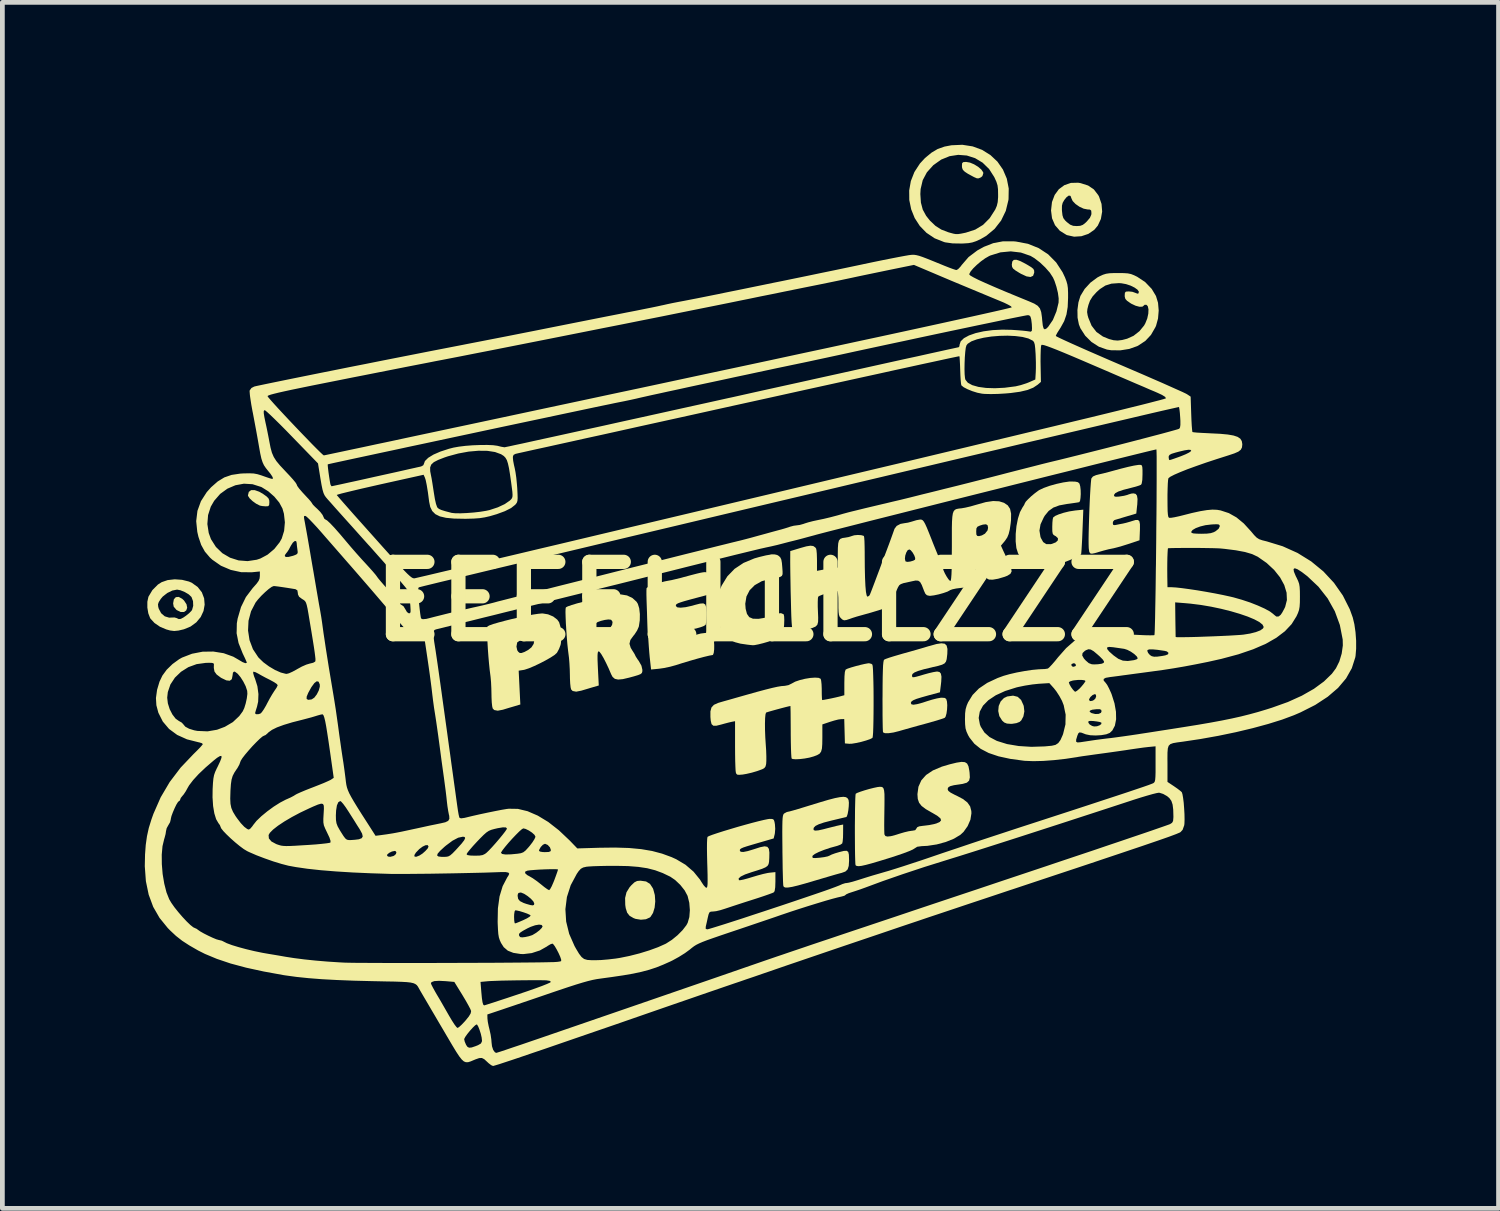
<source format=kicad_pcb>
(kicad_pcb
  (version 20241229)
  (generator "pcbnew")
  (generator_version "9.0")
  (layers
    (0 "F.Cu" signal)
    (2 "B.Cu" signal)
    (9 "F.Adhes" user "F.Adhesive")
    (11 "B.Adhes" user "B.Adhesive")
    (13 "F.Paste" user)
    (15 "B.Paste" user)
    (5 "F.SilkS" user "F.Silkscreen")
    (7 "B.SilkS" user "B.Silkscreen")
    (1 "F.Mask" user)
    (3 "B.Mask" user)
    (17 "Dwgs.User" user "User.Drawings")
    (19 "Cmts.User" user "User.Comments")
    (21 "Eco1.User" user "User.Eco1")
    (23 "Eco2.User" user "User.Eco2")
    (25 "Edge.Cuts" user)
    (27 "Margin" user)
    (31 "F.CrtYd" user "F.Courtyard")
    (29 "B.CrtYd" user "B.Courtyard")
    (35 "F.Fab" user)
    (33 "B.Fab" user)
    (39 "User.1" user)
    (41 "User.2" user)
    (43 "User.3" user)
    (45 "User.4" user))
  (footprint "EEEELLLLLZZZ"
    (layer "F.Cu")
    (at 12.884 9.62)
    (property "Reference" "EEEELLLLLZZZ" (at 0 0 0) (layer "F.SilkS") (effects (font (size 1.524 1.524) (thickness 0.3))))
    (attr board_only exclude_from_pos_files exclude_from_bom)
    (fp_poly (pts (xy -12.097 -0.057) (xy -12.059 -0.022) (xy -12.005 0.059) (xy -11.991 0.132) (xy -12.011 0.189) (xy -12.059 0.222) (xy -12.128 0.222) (xy -12.21 0.182) (xy -12.221 0.173) (xy -12.275 0.109) (xy -12.287 0.041) (xy -12.272 -0.045) (xy -12.23 -0.091) (xy -12.169 -0.096)) (stroke (width 0) (type solid)) (fill yes) (layer "F.SilkS"))
    (fp_poly (pts (xy -10.473 -2.312) (xy -10.391 -2.264) (xy -10.318 -2.212) (xy -10.278 -2.171) (xy -10.262 -2.129) (xy -10.26 -2.089) (xy -10.264 -2.031) (xy -10.285 -2.007) (xy -10.339 -2.004) (xy -10.341 -2.004) (xy -10.41 -2.01) (xy -10.46 -2.02) (xy -10.539 -2.06) (xy -10.614 -2.114) (xy -10.675 -2.172) (xy -10.708 -2.222) (xy -10.711 -2.236) (xy -10.693 -2.308) (xy -10.645 -2.345) (xy -10.57 -2.346)) (stroke (width 0) (type solid)) (fill yes) (layer "F.SilkS"))
    (fp_poly (pts (xy 4.498 -9.245) (xy 4.586 -9.208) (xy 4.671 -9.156) (xy 4.738 -9.098) (xy 4.776 -9.042) (xy 4.78 -9.023) (xy 4.761 -8.962) (xy 4.731 -8.935) (xy 4.684 -8.914) (xy 4.643 -8.914) (xy 4.587 -8.938) (xy 4.568 -8.948) (xy 4.46 -9.006) (xy 4.39 -9.052) (xy 4.35 -9.091) (xy 4.333 -9.133) (xy 4.329 -9.174) (xy 4.333 -9.231) (xy 4.355 -9.254) (xy 4.41 -9.259) (xy 4.418 -9.259)) (stroke (width 0) (type solid)) (fill yes) (layer "F.SilkS"))
    (fp_poly (pts (xy 5.503 2.008) (xy 5.575 2.074) (xy 5.626 2.186) (xy 5.632 2.208) (xy 5.644 2.317) (xy 5.624 2.421) (xy 5.579 2.505) (xy 5.544 2.537) (xy 5.477 2.563) (xy 5.387 2.577) (xy 5.361 2.578) (xy 5.277 2.572) (xy 5.22 2.549) (xy 5.176 2.509) (xy 5.117 2.415) (xy 5.094 2.308) (xy 5.104 2.201) (xy 5.145 2.106) (xy 5.215 2.033) (xy 5.284 2.001) (xy 5.407 1.984)) (stroke (width 0) (type solid)) (fill yes) (layer "F.SilkS"))
    (fp_poly (pts (xy 5.566 -7.167) (xy 5.686 -7.104) (xy 5.71 -7.09) (xy 5.789 -7.042) (xy 5.833 -7.006) (xy 5.85 -6.973) (xy 5.852 -6.93) (xy 5.851 -6.924) (xy 5.828 -6.86) (xy 5.774 -6.835) (xy 5.69 -6.848) (xy 5.575 -6.901) (xy 5.537 -6.923) (xy 5.455 -6.974) (xy 5.407 -7.012) (xy 5.386 -7.048) (xy 5.38 -7.092) (xy 5.38 -7.096) (xy 5.39 -7.162) (xy 5.422 -7.196) (xy 5.479 -7.198)) (stroke (width 0) (type solid)) (fill yes) (layer "F.SilkS"))
    (fp_poly (pts (xy -2.441 5.882) (xy -2.325 5.898) (xy -2.242 5.949) (xy -2.182 6.041) (xy -2.174 6.059) (xy -2.14 6.184) (xy -2.131 6.318) (xy -2.144 6.448) (xy -2.178 6.561) (xy -2.231 6.644) (xy -2.246 6.657) (xy -2.328 6.694) (xy -2.434 6.704) (xy -2.546 6.686) (xy -2.59 6.669) (xy -2.672 6.621) (xy -2.723 6.556) (xy -2.753 6.461) (xy -2.763 6.393) (xy -2.766 6.246) (xy -2.737 6.126) (xy -2.671 6.019) (xy -2.632 5.975) (xy -2.569 5.916) (xy -2.514 5.888) (xy -2.446 5.882)) (stroke (width 0) (type solid)) (fill yes) (layer "F.SilkS"))
    (fp_poly (pts (xy 6.83 -8.812) (xy 6.987 -8.762) (xy 7.108 -8.68) (xy 7.199 -8.562) (xy 7.217 -8.53) (xy 7.27 -8.374) (xy 7.283 -8.213) (xy 7.256 -8.057) (xy 7.191 -7.917) (xy 7.116 -7.828) (xy 6.992 -7.743) (xy 6.846 -7.694) (xy 6.693 -7.684) (xy 6.547 -7.716) (xy 6.531 -7.722) (xy 6.392 -7.808) (xy 6.29 -7.926) (xy 6.227 -8.072) (xy 6.206 -8.238) (xy 6.208 -8.252) (xy 6.435 -8.252) (xy 6.437 -8.223) (xy 6.447 -8.135) (xy 6.466 -8.075) (xy 6.504 -8.025) (xy 6.539 -7.992) (xy 6.608 -7.938) (xy 6.672 -7.913) (xy 6.747 -7.908) (xy 6.821 -7.913) (xy 6.877 -7.934) (xy 6.936 -7.981) (xy 6.96 -8.005) (xy 7.025 -8.081) (xy 7.054 -8.147) (xy 7.057 -8.18) (xy 7.052 -8.234) (xy 7.026 -8.255) (xy 6.975 -8.258) (xy 6.894 -8.274) (xy 6.805 -8.315) (xy 6.723 -8.372) (xy 6.662 -8.435) (xy 6.636 -8.491) (xy 6.617 -8.543) (xy 6.581 -8.551) (xy 6.532 -8.515) (xy 6.486 -8.458) (xy 6.451 -8.397) (xy 6.436 -8.336) (xy 6.435 -8.252) (xy 6.208 -8.252) (xy 6.226 -8.414) (xy 6.283 -8.564) (xy 6.371 -8.684) (xy 6.486 -8.769) (xy 6.624 -8.817) (xy 6.778 -8.821)) (stroke (width 0) (type solid)) (fill yes) (layer "F.SilkS"))
    (fp_poly (pts (xy -12.099 -0.456) (xy -11.954 -0.42) (xy -11.894 -0.394) (xy -11.769 -0.304) (xy -11.682 -0.193) (xy -11.634 -0.066) (xy -11.623 0.068) (xy -11.647 0.201) (xy -11.706 0.328) (xy -11.798 0.439) (xy -11.921 0.529) (xy -12.06 0.586) (xy -12.175 0.613) (xy -12.265 0.622) (xy -12.352 0.611) (xy -12.433 0.588) (xy -12.565 0.532) (xy -12.68 0.453) (xy -12.763 0.363) (xy -12.772 0.349) (xy -12.81 0.25) (xy -12.83 0.129) (xy -12.83 0.06) (xy -12.606 0.06) (xy -12.601 0.112) (xy -12.59 0.152) (xy -12.54 0.247) (xy -12.463 0.313) (xy -12.371 0.341) (xy -12.325 0.339) (xy -12.258 0.337) (xy -12.212 0.35) (xy -12.169 0.371) (xy -12.126 0.367) (xy -12.069 0.337) (xy -12.017 0.301) (xy -11.951 0.248) (xy -11.901 0.197) (xy -11.888 0.178) (xy -11.864 0.092) (xy -11.868 -0.007) (xy -11.899 -0.091) (xy -11.903 -0.097) (xy -11.958 -0.149) (xy -12.042 -0.199) (xy -12.133 -0.236) (xy -12.204 -0.25) (xy -12.305 -0.23) (xy -12.411 -0.178) (xy -12.506 -0.103) (xy -12.548 -0.053) (xy -12.59 0.013) (xy -12.606 0.06) (xy -12.83 0.06) (xy -12.83 0.006) (xy -12.808 -0.096) (xy -12.807 -0.1) (xy -12.724 -0.239) (xy -12.608 -0.356) (xy -12.528 -0.407) (xy -12.403 -0.45) (xy -12.254 -0.467)) (stroke (width 0) (type solid)) (fill yes) (layer "F.SilkS"))
    (fp_poly (pts (xy 0.438 -0.979) (xy 0.474 -0.957) (xy 0.505 -0.925) (xy 0.525 -0.881) (xy 0.537 -0.811) (xy 0.545 -0.719) (xy 0.551 -0.632) (xy 0.551 -0.574) (xy 0.536 -0.539) (xy 0.499 -0.516) (xy 0.431 -0.5) (xy 0.324 -0.482) (xy 0.295 -0.477) (xy 0.113 -0.427) (xy -0.033 -0.346) (xy -0.142 -0.237) (xy -0.21 -0.105) (xy -0.235 0.048) (xy -0.227 0.154) (xy -0.199 0.262) (xy -0.151 0.33) (xy -0.074 0.363) (xy 0.037 0.366) (xy 0.057 0.364) (xy 0.164 0.346) (xy 0.272 0.316) (xy 0.319 0.297) (xy 0.432 0.256) (xy 0.517 0.246) (xy 0.57 0.268) (xy 0.576 0.276) (xy 0.584 0.316) (xy 0.587 0.39) (xy 0.584 0.484) (xy 0.583 0.498) (xy 0.571 0.613) (xy 0.546 0.69) (xy 0.501 0.743) (xy 0.425 0.785) (xy 0.35 0.814) (xy 0.248 0.848) (xy 0.14 0.879) (xy 0.04 0.904) (xy -0.038 0.919) (xy -0.075 0.922) (xy -0.127 0.917) (xy -0.188 0.91) (xy -0.338 0.888) (xy -0.451 0.858) (xy -0.539 0.817) (xy -0.616 0.758) (xy -0.633 0.742) (xy -0.715 0.642) (xy -0.773 0.521) (xy -0.808 0.371) (xy -0.824 0.185) (xy -0.826 0.097) (xy -0.824 -0.018) (xy -0.818 -0.102) (xy -0.801 -0.173) (xy -0.771 -0.25) (xy -0.729 -0.34) (xy -0.612 -0.53) (xy -0.46 -0.687) (xy -0.272 -0.812) (xy -0.044 -0.907) (xy 0.057 -0.936) (xy 0.201 -0.971) (xy 0.307 -0.989) (xy 0.383 -0.992)) (stroke (width 0) (type solid)) (fill yes) (layer "F.SilkS"))
    (fp_poly (pts (xy -4.389 0.271) (xy -4.28 0.317) (xy -4.195 0.383) (xy -4.157 0.436) (xy -4.13 0.525) (xy -4.113 0.644) (xy -4.109 0.77) (xy -4.119 0.882) (xy -4.126 0.916) (xy -4.158 1) (xy -4.199 1.076) (xy -4.207 1.086) (xy -4.254 1.128) (xy -4.337 1.182) (xy -4.444 1.243) (xy -4.562 1.304) (xy -4.682 1.361) (xy -4.791 1.407) (xy -4.878 1.436) (xy -4.905 1.442) (xy -5.008 1.458) (xy -4.973 2.17) (xy -5.12 2.214) (xy -5.213 2.241) (xy -5.298 2.267) (xy -5.34 2.28) (xy -5.449 2.301) (xy -5.523 2.287) (xy -5.555 2.254) (xy -5.566 2.209) (xy -5.575 2.127) (xy -5.58 2.023) (xy -5.581 1.96) (xy -5.584 1.831) (xy -5.59 1.701) (xy -5.6 1.59) (xy -5.604 1.558) (xy -5.619 1.44) (xy -5.633 1.303) (xy -5.646 1.155) (xy -5.657 1.005) (xy -5.66 0.951) (xy -5.055 0.951) (xy -5.038 1.029) (xy -5.016 1.061) (xy -4.985 1.085) (xy -4.949 1.086) (xy -4.888 1.064) (xy -4.885 1.063) (xy -4.807 1.021) (xy -4.741 0.968) (xy -4.736 0.962) (xy -4.692 0.893) (xy -4.682 0.832) (xy -4.707 0.79) (xy -4.719 0.784) (xy -4.771 0.779) (xy -4.847 0.789) (xy -4.927 0.809) (xy -4.997 0.834) (xy -5.037 0.861) (xy -5.04 0.867) (xy -5.055 0.951) (xy -5.66 0.951) (xy -5.665 0.861) (xy -5.671 0.732) (xy -5.673 0.628) (xy -5.672 0.556) (xy -5.666 0.526) (xy -5.625 0.504) (xy -5.544 0.475) (xy -5.431 0.442) (xy -5.296 0.406) (xy -5.148 0.369) (xy -4.995 0.334) (xy -4.847 0.303) (xy -4.712 0.277) (xy -4.599 0.26) (xy -4.518 0.252) (xy -4.504 0.252)) (stroke (width 0) (type solid)) (fill yes) (layer "F.SilkS"))
    (fp_poly (pts (xy 4.556 -9.586) (xy 4.754 -9.513) (xy 4.929 -9.404) (xy 5.077 -9.265) (xy 5.193 -9.098) (xy 5.274 -8.908) (xy 5.315 -8.699) (xy 5.311 -8.476) (xy 5.308 -8.454) (xy 5.253 -8.228) (xy 5.155 -8.025) (xy 5.017 -7.848) (xy 4.843 -7.703) (xy 4.719 -7.631) (xy 4.626 -7.589) (xy 4.548 -7.563) (xy 4.465 -7.548) (xy 4.356 -7.541) (xy 4.319 -7.54) (xy 4.133 -7.543) (xy 3.982 -7.564) (xy 3.954 -7.571) (xy 3.753 -7.651) (xy 3.582 -7.766) (xy 3.442 -7.91) (xy 3.334 -8.077) (xy 3.26 -8.261) (xy 3.22 -8.457) (xy 3.219 -8.582) (xy 3.453 -8.582) (xy 3.465 -8.402) (xy 3.504 -8.254) (xy 3.576 -8.122) (xy 3.656 -8.022) (xy 3.772 -7.912) (xy 3.895 -7.834) (xy 4.044 -7.777) (xy 4.079 -7.767) (xy 4.149 -7.748) (xy 4.199 -7.739) (xy 4.247 -7.739) (xy 4.309 -7.748) (xy 4.402 -7.767) (xy 4.414 -7.77) (xy 4.609 -7.833) (xy 4.774 -7.933) (xy 4.914 -8.074) (xy 5.032 -8.258) (xy 5.032 -8.258) (xy 5.064 -8.333) (xy 5.083 -8.413) (xy 5.091 -8.517) (xy 5.091 -8.571) (xy 5.089 -8.682) (xy 5.079 -8.765) (xy 5.055 -8.842) (xy 5.012 -8.936) (xy 5.01 -8.94) (xy 4.901 -9.11) (xy 4.764 -9.244) (xy 4.605 -9.339) (xy 4.432 -9.394) (xy 4.251 -9.408) (xy 4.069 -9.38) (xy 3.892 -9.308) (xy 3.727 -9.191) (xy 3.726 -9.19) (xy 3.591 -9.04) (xy 3.503 -8.874) (xy 3.459 -8.688) (xy 3.453 -8.582) (xy 3.219 -8.582) (xy 3.218 -8.657) (xy 3.253 -8.856) (xy 3.328 -9.047) (xy 3.444 -9.225) (xy 3.551 -9.341) (xy 3.688 -9.454) (xy 3.819 -9.532) (xy 3.962 -9.582) (xy 4.108 -9.61) (xy 4.339 -9.62)) (stroke (width 0) (type solid)) (fill yes) (layer "F.SilkS"))
    (fp_poly (pts (xy 8.101 -2.876) (xy 8.12 -2.863) (xy 8.129 -2.829) (xy 8.133 -2.764) (xy 8.133 -2.681) (xy 8.129 -2.561) (xy 8.116 -2.485) (xy 8.102 -2.459) (xy 8.063 -2.442) (xy 7.991 -2.419) (xy 7.898 -2.395) (xy 7.883 -2.391) (xy 7.731 -2.352) (xy 7.624 -2.316) (xy 7.56 -2.282) (xy 7.534 -2.247) (xy 7.532 -2.238) (xy 7.54 -2.215) (xy 7.569 -2.206) (xy 7.633 -2.209) (xy 7.66 -2.213) (xy 7.743 -2.226) (xy 7.812 -2.244) (xy 7.834 -2.253) (xy 7.895 -2.272) (xy 7.942 -2.277) (xy 7.989 -2.266) (xy 8.017 -2.229) (xy 8.028 -2.158) (xy 8.023 -2.047) (xy 8.019 -2.014) (xy 8.002 -1.852) (xy 7.786 -1.788) (xy 7.686 -1.758) (xy 7.603 -1.733) (xy 7.549 -1.717) (xy 7.539 -1.713) (xy 7.513 -1.683) (xy 7.507 -1.65) (xy 7.515 -1.614) (xy 7.548 -1.608) (xy 7.576 -1.613) (xy 7.655 -1.629) (xy 7.72 -1.641) (xy 7.792 -1.658) (xy 7.879 -1.683) (xy 7.906 -1.692) (xy 7.986 -1.716) (xy 8.038 -1.717) (xy 8.067 -1.69) (xy 8.079 -1.628) (xy 8.079 -1.524) (xy 8.078 -1.496) (xy 8.07 -1.289) (xy 7.833 -1.21) (xy 7.719 -1.174) (xy 7.611 -1.143) (xy 7.525 -1.121) (xy 7.495 -1.115) (xy 7.417 -1.099) (xy 7.316 -1.073) (xy 7.236 -1.05) (xy 7.132 -1.019) (xy 7.066 -1.006) (xy 7.029 -1.015) (xy 7.011 -1.048) (xy 7.002 -1.109) (xy 7 -1.132) (xy 6.998 -1.201) (xy 6.997 -1.306) (xy 6.999 -1.44) (xy 7.003 -1.594) (xy 7.008 -1.761) (xy 7.014 -1.932) (xy 7.021 -2.099) (xy 7.029 -2.255) (xy 7.037 -2.39) (xy 7.045 -2.498) (xy 7.052 -2.569) (xy 7.057 -2.594) (xy 7.089 -2.633) (xy 7.153 -2.661) (xy 7.212 -2.676) (xy 7.311 -2.699) (xy 7.427 -2.729) (xy 7.507 -2.751) (xy 7.677 -2.797) (xy 7.828 -2.835) (xy 7.952 -2.862) (xy 8.041 -2.876) (xy 8.068 -2.878)) (stroke (width 0) (type solid)) (fill yes) (layer "F.SilkS"))
    (fp_poly (pts (xy 6.721 -2.524) (xy 6.773 -2.512) (xy 6.801 -2.487) (xy 6.806 -2.479) (xy 6.821 -2.426) (xy 6.83 -2.349) (xy 6.832 -2.262) (xy 6.827 -2.18) (xy 6.817 -2.118) (xy 6.8 -2.092) (xy 6.763 -2.085) (xy 6.689 -2.074) (xy 6.591 -2.06) (xy 6.544 -2.054) (xy 6.38 -2.024) (xy 6.254 -1.977) (xy 6.156 -1.907) (xy 6.075 -1.808) (xy 6.052 -1.769) (xy 5.985 -1.626) (xy 5.962 -1.494) (xy 5.983 -1.364) (xy 5.992 -1.338) (xy 6.041 -1.251) (xy 6.106 -1.208) (xy 6.195 -1.207) (xy 6.225 -1.213) (xy 6.307 -1.246) (xy 6.35 -1.288) (xy 6.351 -1.333) (xy 6.306 -1.375) (xy 6.294 -1.381) (xy 6.26 -1.401) (xy 6.241 -1.43) (xy 6.233 -1.481) (xy 6.232 -1.569) (xy 6.232 -1.574) (xy 6.235 -1.664) (xy 6.242 -1.735) (xy 6.252 -1.771) (xy 6.293 -1.802) (xy 6.371 -1.836) (xy 6.474 -1.869) (xy 6.589 -1.897) (xy 6.704 -1.915) (xy 6.718 -1.917) (xy 6.886 -1.934) (xy 6.868 -1.474) (xy 6.862 -1.327) (xy 6.855 -1.197) (xy 6.849 -1.092) (xy 6.843 -1.022) (xy 6.839 -0.993) (xy 6.807 -0.969) (xy 6.74 -0.934) (xy 6.65 -0.892) (xy 6.547 -0.85) (xy 6.445 -0.81) (xy 6.355 -0.78) (xy 6.288 -0.763) (xy 6.281 -0.762) (xy 6.155 -0.749) (xy 6.027 -0.741) (xy 5.911 -0.739) (xy 5.822 -0.743) (xy 5.786 -0.749) (xy 5.694 -0.794) (xy 5.604 -0.878) (xy 5.525 -0.99) (xy 5.51 -1.018) (xy 5.476 -1.125) (xy 5.461 -1.265) (xy 5.462 -1.423) (xy 5.478 -1.588) (xy 5.509 -1.746) (xy 5.552 -1.882) (xy 5.606 -1.982) (xy 5.64 -2.034) (xy 5.655 -2.07) (xy 5.656 -2.071) (xy 5.674 -2.102) (xy 5.721 -2.152) (xy 5.786 -2.214) (xy 5.859 -2.275) (xy 5.928 -2.327) (xy 5.956 -2.346) (xy 6.051 -2.391) (xy 6.179 -2.437) (xy 6.323 -2.477) (xy 6.465 -2.508) (xy 6.589 -2.526) (xy 6.633 -2.527)) (stroke (width 0) (type solid)) (fill yes) (layer "F.SilkS"))
    (fp_poly (pts (xy 7.739 -6.917) (xy 7.824 -6.911) (xy 7.891 -6.897) (xy 7.955 -6.872) (xy 8.022 -6.839) (xy 8.19 -6.727) (xy 8.327 -6.584) (xy 8.417 -6.434) (xy 8.46 -6.292) (xy 8.474 -6.128) (xy 8.46 -5.96) (xy 8.418 -5.807) (xy 8.406 -5.78) (xy 8.311 -5.615) (xy 8.194 -5.49) (xy 8.046 -5.392) (xy 8.022 -5.379) (xy 7.855 -5.32) (xy 7.666 -5.29) (xy 7.475 -5.292) (xy 7.385 -5.306) (xy 7.215 -5.366) (xy 7.059 -5.466) (xy 6.926 -5.598) (xy 6.826 -5.753) (xy 6.793 -5.836) (xy 6.765 -5.977) (xy 6.763 -6.096) (xy 6.966 -6.096) (xy 6.977 -6.028) (xy 6.992 -5.975) (xy 7.061 -5.808) (xy 7.162 -5.678) (xy 7.299 -5.581) (xy 7.428 -5.528) (xy 7.524 -5.503) (xy 7.61 -5.496) (xy 7.705 -5.508) (xy 7.809 -5.535) (xy 7.944 -5.596) (xy 8.069 -5.694) (xy 8.167 -5.814) (xy 8.192 -5.859) (xy 8.233 -5.961) (xy 8.255 -6.063) (xy 8.259 -6.153) (xy 8.244 -6.22) (xy 8.216 -6.249) (xy 8.176 -6.249) (xy 8.164 -6.236) (xy 8.131 -6.21) (xy 8.069 -6.208) (xy 7.987 -6.23) (xy 7.898 -6.272) (xy 7.879 -6.284) (xy 7.808 -6.333) (xy 7.772 -6.373) (xy 7.759 -6.418) (xy 7.758 -6.446) (xy 7.762 -6.503) (xy 7.784 -6.527) (xy 7.84 -6.531) (xy 7.846 -6.531) (xy 7.92 -6.523) (xy 7.98 -6.502) (xy 7.982 -6.501) (xy 8.026 -6.484) (xy 8.047 -6.488) (xy 8.057 -6.525) (xy 8.027 -6.568) (xy 7.966 -6.612) (xy 7.883 -6.653) (xy 7.787 -6.685) (xy 7.687 -6.703) (xy 7.635 -6.706) (xy 7.479 -6.695) (xy 7.351 -6.655) (xy 7.235 -6.58) (xy 7.165 -6.517) (xy 7.081 -6.424) (xy 7.027 -6.337) (xy 6.994 -6.247) (xy 6.972 -6.16) (xy 6.966 -6.096) (xy 6.763 -6.096) (xy 6.762 -6.139) (xy 6.783 -6.3) (xy 6.825 -6.436) (xy 6.914 -6.583) (xy 7.037 -6.717) (xy 7.181 -6.824) (xy 7.229 -6.85) (xy 7.301 -6.883) (xy 7.365 -6.903) (xy 7.437 -6.914) (xy 7.534 -6.918) (xy 7.62 -6.918)) (stroke (width 0) (type solid)) (fill yes) (layer "F.SilkS"))
    (fp_poly (pts (xy -1.059 -0.615) (xy -1.04 -0.611) (xy -1.007 -0.597) (xy -0.986 -0.567) (xy -0.973 -0.508) (xy -0.965 -0.44) (xy -0.956 -0.314) (xy -0.963 -0.227) (xy -0.99 -0.171) (xy -1.038 -0.138) (xy -1.072 -0.127) (xy -1.264 -0.076) (xy -1.413 -0.036) (xy -1.524 -0.005) (xy -1.602 0.02) (xy -1.653 0.039) (xy -1.682 0.056) (xy -1.695 0.072) (xy -1.697 0.089) (xy -1.696 0.097) (xy -1.666 0.124) (xy -1.596 0.131) (xy -1.49 0.12) (xy -1.355 0.09) (xy -1.293 0.072) (xy -1.188 0.045) (xy -1.118 0.04) (xy -1.077 0.064) (xy -1.057 0.124) (xy -1.052 0.226) (xy -1.051 0.272) (xy -1.054 0.368) (xy -1.06 0.445) (xy -1.069 0.489) (xy -1.07 0.492) (xy -1.106 0.516) (xy -1.178 0.543) (xy -1.27 0.569) (xy -1.368 0.588) (xy -1.398 0.592) (xy -1.519 0.617) (xy -1.603 0.658) (xy -1.647 0.711) (xy -1.652 0.737) (xy -1.639 0.788) (xy -1.608 0.801) (xy -1.551 0.792) (xy -1.463 0.768) (xy -1.357 0.734) (xy -1.251 0.696) (xy -1.171 0.675) (xy -1.074 0.663) (xy -1.039 0.662) (xy -0.913 0.663) (xy -0.896 0.813) (xy -0.889 0.916) (xy -0.89 1.01) (xy -0.899 1.084) (xy -0.915 1.124) (xy -0.922 1.128) (xy -0.994 1.141) (xy -1.103 1.167) (xy -1.241 1.204) (xy -1.398 1.249) (xy -1.564 1.299) (xy -1.699 1.342) (xy -1.819 1.375) (xy -1.948 1.402) (xy -2.052 1.417) (xy -2.219 1.433) (xy -2.248 1.173) (xy -2.257 1.074) (xy -2.267 0.945) (xy -2.277 0.794) (xy -2.286 0.629) (xy -2.295 0.457) (xy -2.303 0.286) (xy -2.309 0.124) (xy -2.314 -0.021) (xy -2.317 -0.142) (xy -2.317 -0.23) (xy -2.314 -0.278) (xy -2.313 -0.283) (xy -2.284 -0.305) (xy -2.219 -0.334) (xy -2.13 -0.366) (xy -2.03 -0.397) (xy -1.931 -0.423) (xy -1.848 -0.439) (xy -1.787 -0.45) (xy -1.694 -0.472) (xy -1.583 -0.499) (xy -1.527 -0.515) (xy -1.373 -0.556) (xy -1.261 -0.585) (xy -1.181 -0.604) (xy -1.126 -0.614) (xy -1.088 -0.618)) (stroke (width 0) (type solid)) (fill yes) (layer "F.SilkS"))
    (fp_poly (pts (xy 3.967 0.89) (xy 4.007 0.929) (xy 4.024 1) (xy 4.021 1.105) (xy 4.017 1.139) (xy 4.008 1.215) (xy 3.993 1.267) (xy 3.963 1.305) (xy 3.911 1.332) (xy 3.828 1.357) (xy 3.705 1.385) (xy 3.691 1.389) (xy 3.527 1.428) (xy 3.408 1.463) (xy 3.33 1.495) (xy 3.288 1.527) (xy 3.278 1.554) (xy 3.28 1.58) (xy 3.289 1.595) (xy 3.316 1.596) (xy 3.369 1.585) (xy 3.455 1.561) (xy 3.528 1.539) (xy 3.633 1.51) (xy 3.727 1.488) (xy 3.795 1.477) (xy 3.808 1.476) (xy 3.857 1.486) (xy 3.886 1.52) (xy 3.898 1.586) (xy 3.893 1.689) (xy 3.886 1.752) (xy 3.866 1.913) (xy 3.621 1.979) (xy 3.476 2.02) (xy 3.372 2.052) (xy 3.305 2.08) (xy 3.268 2.105) (xy 3.254 2.131) (xy 3.253 2.139) (xy 3.266 2.167) (xy 3.309 2.175) (xy 3.385 2.163) (xy 3.5 2.132) (xy 3.591 2.102) (xy 3.701 2.068) (xy 3.804 2.042) (xy 3.884 2.028) (xy 3.905 2.027) (xy 3.968 2.032) (xy 3.998 2.054) (xy 4.014 2.107) (xy 4.02 2.184) (xy 4.016 2.274) (xy 4.004 2.36) (xy 3.985 2.426) (xy 3.969 2.449) (xy 3.937 2.463) (xy 3.864 2.487) (xy 3.761 2.518) (xy 3.637 2.554) (xy 3.553 2.577) (xy 3.406 2.617) (xy 3.263 2.657) (xy 3.135 2.693) (xy 3.037 2.721) (xy 3.007 2.73) (xy 2.887 2.76) (xy 2.784 2.775) (xy 2.708 2.775) (xy 2.668 2.757) (xy 2.667 2.756) (xy 2.664 2.727) (xy 2.661 2.654) (xy 2.659 2.543) (xy 2.657 2.402) (xy 2.657 2.236) (xy 2.656 2.052) (xy 2.657 1.994) (xy 2.658 1.767) (xy 2.66 1.587) (xy 2.664 1.448) (xy 2.668 1.347) (xy 2.675 1.278) (xy 2.683 1.239) (xy 2.691 1.226) (xy 2.725 1.21) (xy 2.798 1.184) (xy 2.901 1.152) (xy 3.024 1.116) (xy 3.082 1.099) (xy 3.23 1.058) (xy 3.381 1.015) (xy 3.519 0.975) (xy 3.628 0.942) (xy 3.645 0.938) (xy 3.791 0.897) (xy 3.896 0.881)) (stroke (width 0) (type solid)) (fill yes) (layer "F.SilkS"))
    (fp_poly (pts (xy 1.884 4.122) (xy 1.917 4.142) (xy 1.937 4.173) (xy 1.941 4.183) (xy 1.948 4.238) (xy 1.945 4.315) (xy 1.936 4.399) (xy 1.922 4.475) (xy 1.905 4.527) (xy 1.893 4.541) (xy 1.858 4.549) (xy 1.786 4.566) (xy 1.686 4.59) (xy 1.577 4.616) (xy 1.423 4.656) (xy 1.314 4.693) (xy 1.244 4.728) (xy 1.209 4.765) (xy 1.201 4.796) (xy 1.211 4.819) (xy 1.244 4.827) (xy 1.308 4.821) (xy 1.408 4.799) (xy 1.492 4.777) (xy 1.595 4.751) (xy 1.686 4.728) (xy 1.75 4.714) (xy 1.758 4.712) (xy 1.827 4.699) (xy 1.826 4.883) (xy 1.824 4.977) (xy 1.817 5.053) (xy 1.808 5.096) (xy 1.807 5.097) (xy 1.772 5.122) (xy 1.709 5.146) (xy 1.689 5.152) (xy 1.551 5.19) (xy 1.424 5.233) (xy 1.314 5.277) (xy 1.232 5.318) (xy 1.186 5.353) (xy 1.18 5.365) (xy 1.179 5.39) (xy 1.195 5.403) (xy 1.239 5.405) (xy 1.32 5.399) (xy 1.339 5.397) (xy 1.43 5.385) (xy 1.504 5.369) (xy 1.542 5.353) (xy 1.583 5.332) (xy 1.657 5.305) (xy 1.745 5.279) (xy 1.841 5.255) (xy 1.901 5.252) (xy 1.934 5.275) (xy 1.948 5.333) (xy 1.951 5.433) (xy 1.952 5.458) (xy 1.945 5.57) (xy 1.922 5.643) (xy 1.874 5.689) (xy 1.797 5.717) (xy 1.789 5.719) (xy 1.743 5.731) (xy 1.657 5.755) (xy 1.541 5.789) (xy 1.402 5.83) (xy 1.25 5.875) (xy 1.222 5.883) (xy 1.026 5.941) (xy 0.873 5.983) (xy 0.757 6.011) (xy 0.673 6.025) (xy 0.617 6.027) (xy 0.583 6.016) (xy 0.568 5.996) (xy 0.564 5.963) (xy 0.56 5.887) (xy 0.557 5.773) (xy 0.553 5.63) (xy 0.551 5.462) (xy 0.548 5.278) (xy 0.548 5.23) (xy 0.546 5.019) (xy 0.545 4.852) (xy 0.546 4.724) (xy 0.548 4.63) (xy 0.552 4.563) (xy 0.558 4.519) (xy 0.566 4.491) (xy 0.577 4.473) (xy 0.588 4.464) (xy 0.639 4.436) (xy 0.668 4.429) (xy 0.701 4.422) (xy 0.774 4.402) (xy 0.878 4.372) (xy 1.005 4.333) (xy 1.132 4.294) (xy 1.347 4.228) (xy 1.52 4.177) (xy 1.655 4.142) (xy 1.758 4.122) (xy 1.832 4.115)) (stroke (width 0) (type solid)) (fill yes) (layer "F.SilkS"))
    (fp_poly (pts (xy -2.726 -0.127) (xy -2.612 -0.073) (xy -2.525 0.006) (xy -2.498 0.05) (xy -2.469 0.143) (xy -2.455 0.265) (xy -2.457 0.396) (xy -2.475 0.517) (xy -2.479 0.534) (xy -2.513 0.611) (xy -2.567 0.694) (xy -2.592 0.724) (xy -2.655 0.811) (xy -2.674 0.891) (xy -2.648 0.976) (xy -2.615 1.031) (xy -2.577 1.09) (xy -2.555 1.13) (xy -2.553 1.138) (xy -2.539 1.164) (xy -2.505 1.217) (xy -2.477 1.255) (xy -2.422 1.353) (xy -2.402 1.441) (xy -2.402 1.441) (xy -2.404 1.479) (xy -2.414 1.507) (xy -2.441 1.53) (xy -2.493 1.551) (xy -2.579 1.577) (xy -2.678 1.604) (xy -2.814 1.636) (xy -2.913 1.645) (xy -2.982 1.63) (xy -3.03 1.589) (xy -3.06 1.533) (xy -3.113 1.409) (xy -3.169 1.291) (xy -3.222 1.188) (xy -3.269 1.108) (xy -3.305 1.061) (xy -3.321 1.051) (xy -3.335 1.058) (xy -3.343 1.084) (xy -3.347 1.135) (xy -3.347 1.219) (xy -3.342 1.343) (xy -3.339 1.41) (xy -3.321 1.77) (xy -3.469 1.813) (xy -3.562 1.841) (xy -3.646 1.866) (xy -3.689 1.879) (xy -3.797 1.9) (xy -3.871 1.886) (xy -3.903 1.853) (xy -3.914 1.808) (xy -3.923 1.727) (xy -3.928 1.623) (xy -3.929 1.559) (xy -3.932 1.431) (xy -3.939 1.3) (xy -3.948 1.19) (xy -3.952 1.158) (xy -3.967 1.04) (xy -3.982 0.903) (xy -3.994 0.755) (xy -4.005 0.604) (xy -4.008 0.551) (xy -3.403 0.551) (xy -3.386 0.629) (xy -3.364 0.661) (xy -3.334 0.684) (xy -3.297 0.685) (xy -3.236 0.664) (xy -3.233 0.662) (xy -3.156 0.62) (xy -3.09 0.567) (xy -3.084 0.561) (xy -3.04 0.493) (xy -3.03 0.431) (xy -3.056 0.39) (xy -3.068 0.384) (xy -3.12 0.379) (xy -3.195 0.389) (xy -3.276 0.409) (xy -3.345 0.434) (xy -3.385 0.461) (xy -3.389 0.466) (xy -3.403 0.551) (xy -4.008 0.551) (xy -4.014 0.461) (xy -4.019 0.332) (xy -4.022 0.227) (xy -4.02 0.156) (xy -4.014 0.125) (xy -3.973 0.103) (xy -3.892 0.075) (xy -3.78 0.041) (xy -3.645 0.005) (xy -3.496 -0.031) (xy -3.343 -0.066) (xy -3.195 -0.098) (xy -3.06 -0.123) (xy -2.947 -0.141) (xy -2.866 -0.148) (xy -2.853 -0.148)) (stroke (width 0) (type solid)) (fill yes) (layer "F.SilkS"))
    (fp_poly (pts (xy 4.392 3.385) (xy 4.438 3.414) (xy 4.467 3.472) (xy 4.484 3.56) (xy 4.49 3.604) (xy 4.496 3.706) (xy 4.48 3.774) (xy 4.433 3.817) (xy 4.348 3.842) (xy 4.278 3.853) (xy 4.162 3.87) (xy 4.087 3.889) (xy 4.046 3.911) (xy 4.03 3.942) (xy 4.029 3.957) (xy 4.043 3.99) (xy 4.091 4.027) (xy 4.178 4.073) (xy 4.211 4.088) (xy 4.35 4.161) (xy 4.445 4.235) (xy 4.502 4.317) (xy 4.527 4.414) (xy 4.529 4.463) (xy 4.508 4.597) (xy 4.449 4.733) (xy 4.363 4.854) (xy 4.297 4.915) (xy 4.161 4.997) (xy 3.99 5.066) (xy 3.799 5.118) (xy 3.601 5.148) (xy 3.482 5.154) (xy 3.387 5.167) (xy 3.332 5.202) (xy 3.293 5.226) (xy 3.211 5.262) (xy 3.092 5.307) (xy 2.939 5.359) (xy 2.79 5.407) (xy 2.588 5.469) (xy 2.429 5.516) (xy 2.306 5.549) (xy 2.216 5.569) (xy 2.154 5.576) (xy 2.114 5.572) (xy 2.091 5.558) (xy 2.088 5.554) (xy 2.084 5.522) (xy 2.081 5.448) (xy 2.078 5.34) (xy 2.076 5.205) (xy 2.075 5.05) (xy 2.074 4.884) (xy 2.074 4.715) (xy 2.076 4.549) (xy 2.077 4.395) (xy 2.08 4.261) (xy 2.083 4.153) (xy 2.087 4.081) (xy 2.091 4.051) (xy 2.122 4.033) (xy 2.188 4.008) (xy 2.277 3.979) (xy 2.377 3.95) (xy 2.473 3.926) (xy 2.553 3.909) (xy 2.599 3.904) (xy 2.634 3.906) (xy 2.66 3.916) (xy 2.678 3.94) (xy 2.69 3.985) (xy 2.697 4.057) (xy 2.698 4.161) (xy 2.697 4.305) (xy 2.695 4.442) (xy 2.693 4.585) (xy 2.692 4.714) (xy 2.693 4.817) (xy 2.695 4.887) (xy 2.698 4.911) (xy 2.717 4.941) (xy 2.76 4.952) (xy 2.833 4.944) (xy 2.942 4.915) (xy 3.013 4.892) (xy 3.115 4.862) (xy 3.208 4.84) (xy 3.274 4.83) (xy 3.281 4.83) (xy 3.345 4.818) (xy 3.37 4.783) (xy 3.388 4.755) (xy 3.43 4.737) (xy 3.508 4.726) (xy 3.537 4.723) (xy 3.64 4.71) (xy 3.74 4.69) (xy 3.791 4.676) (xy 3.862 4.644) (xy 3.89 4.61) (xy 3.876 4.569) (xy 3.816 4.519) (xy 3.711 4.456) (xy 3.694 4.447) (xy 3.566 4.373) (xy 3.479 4.307) (xy 3.426 4.239) (xy 3.399 4.16) (xy 3.392 4.061) (xy 3.392 4.058) (xy 3.413 3.903) (xy 3.473 3.769) (xy 3.574 3.655) (xy 3.718 3.559) (xy 3.907 3.479) (xy 4.073 3.43) (xy 4.217 3.395) (xy 4.321 3.379)) (stroke (width 0) (type solid)) (fill yes) (layer "F.SilkS"))
    (fp_poly (pts (xy 2.422 1.314) (xy 2.443 1.331) (xy 2.45 1.366) (xy 2.456 1.443) (xy 2.46 1.554) (xy 2.464 1.692) (xy 2.467 1.848) (xy 2.468 2.016) (xy 2.468 2.188) (xy 2.467 2.355) (xy 2.465 2.512) (xy 2.462 2.649) (xy 2.458 2.76) (xy 2.452 2.837) (xy 2.445 2.873) (xy 2.444 2.874) (xy 2.394 2.9) (xy 2.309 2.929) (xy 2.207 2.958) (xy 2.102 2.981) (xy 2.012 2.996) (xy 1.957 2.998) (xy 1.864 2.99) (xy 1.857 2.734) (xy 1.85 2.477) (xy 1.782 2.479) (xy 1.723 2.487) (xy 1.637 2.509) (xy 1.552 2.535) (xy 1.389 2.59) (xy 1.389 2.868) (xy 1.387 3.004) (xy 1.38 3.099) (xy 1.362 3.164) (xy 1.33 3.207) (xy 1.278 3.237) (xy 1.207 3.264) (xy 1.118 3.289) (xy 1.016 3.308) (xy 0.914 3.32) (xy 0.826 3.324) (xy 0.764 3.319) (xy 0.742 3.309) (xy 0.737 3.277) (xy 0.732 3.203) (xy 0.728 3.094) (xy 0.725 2.958) (xy 0.723 2.803) (xy 0.723 2.742) (xy 0.722 2.584) (xy 0.721 2.444) (xy 0.72 2.33) (xy 0.718 2.248) (xy 0.717 2.206) (xy 0.716 2.202) (xy 0.685 2.208) (xy 0.619 2.224) (xy 0.531 2.247) (xy 0.434 2.273) (xy 0.341 2.299) (xy 0.263 2.321) (xy 0.214 2.337) (xy 0.203 2.341) (xy 0.191 2.379) (xy 0.183 2.459) (xy 0.18 2.572) (xy 0.181 2.71) (xy 0.187 2.864) (xy 0.196 3.004) (xy 0.205 3.137) (xy 0.209 3.259) (xy 0.209 3.359) (xy 0.205 3.423) (xy 0.204 3.428) (xy 0.192 3.475) (xy 0.169 3.507) (xy 0.125 3.533) (xy 0.049 3.561) (xy 0.012 3.574) (xy -0.097 3.606) (xy -0.209 3.632) (xy -0.29 3.646) (xy -0.366 3.652) (xy -0.407 3.647) (xy -0.426 3.625) (xy -0.434 3.6) (xy -0.439 3.558) (xy -0.443 3.474) (xy -0.447 3.357) (xy -0.449 3.216) (xy -0.45 3.06) (xy -0.45 3.031) (xy -0.45 2.522) (xy -0.519 2.535) (xy -0.58 2.549) (xy -0.668 2.572) (xy -0.744 2.593) (xy -0.845 2.618) (xy -0.908 2.617) (xy -0.945 2.584) (xy -0.962 2.512) (xy -0.969 2.434) (xy -0.969 2.315) (xy -0.947 2.233) (xy -0.895 2.177) (xy -0.806 2.137) (xy -0.763 2.124) (xy -0.687 2.102) (xy -0.576 2.071) (xy -0.44 2.032) (xy -0.292 1.99) (xy -0.2 1.964) (xy 0.017 1.903) (xy 0.193 1.856) (xy 0.332 1.821) (xy 0.44 1.797) (xy 0.524 1.783) (xy 0.587 1.778) (xy 0.595 1.778) (xy 0.676 1.762) (xy 0.745 1.728) (xy 0.817 1.689) (xy 0.914 1.656) (xy 1.024 1.629) (xy 1.134 1.611) (xy 1.234 1.604) (xy 1.311 1.609) (xy 1.353 1.629) (xy 1.354 1.63) (xy 1.364 1.67) (xy 1.372 1.745) (xy 1.376 1.842) (xy 1.376 1.871) (xy 1.377 1.965) (xy 1.38 2.037) (xy 1.384 2.074) (xy 1.385 2.077) (xy 1.422 2.072) (xy 1.491 2.059) (xy 1.577 2.042) (xy 1.664 2.023) (xy 1.736 2.006) (xy 1.756 2.001) (xy 1.852 1.975) (xy 1.852 1.716) (xy 1.855 1.577) (xy 1.863 1.486) (xy 1.878 1.438) (xy 1.883 1.433) (xy 1.923 1.414) (xy 1.998 1.389) (xy 2.092 1.362) (xy 2.192 1.336) (xy 2.284 1.315) (xy 2.352 1.303) (xy 2.371 1.301)) (stroke (width 0) (type solid)) (fill yes) (layer "F.SilkS"))
    (fp_poly (pts (xy 5.113 -2.11) (xy 5.216 -2.078) (xy 5.294 -2.025) (xy 5.343 -1.951) (xy 5.365 -1.849) (xy 5.363 -1.712) (xy 5.356 -1.646) (xy 5.337 -1.516) (xy 5.314 -1.422) (xy 5.284 -1.349) (xy 5.239 -1.282) (xy 5.218 -1.256) (xy 5.151 -1.176) (xy 5.205 -1.057) (xy 5.25 -0.962) (xy 5.3 -0.855) (xy 5.322 -0.809) (xy 5.365 -0.706) (xy 5.376 -0.633) (xy 5.35 -0.582) (xy 5.286 -0.542) (xy 5.23 -0.52) (xy 5.092 -0.479) (xy 4.979 -0.459) (xy 4.9 -0.461) (xy 4.862 -0.48) (xy 4.843 -0.517) (xy 4.815 -0.59) (xy 4.782 -0.685) (xy 4.766 -0.732) (xy 4.725 -0.85) (xy 4.689 -0.923) (xy 4.66 -0.952) (xy 4.64 -0.934) (xy 4.63 -0.869) (xy 4.629 -0.832) (xy 4.627 -0.742) (xy 4.62 -0.629) (xy 4.613 -0.542) (xy 4.599 -0.442) (xy 4.574 -0.373) (xy 4.529 -0.33) (xy 4.454 -0.305) (xy 4.341 -0.289) (xy 4.303 -0.285) (xy 4.207 -0.273) (xy 4.128 -0.256) (xy 4.081 -0.239) (xy 4.079 -0.237) (xy 4.026 -0.208) (xy 3.941 -0.178) (xy 3.841 -0.15) (xy 3.742 -0.129) (xy 3.662 -0.119) (xy 3.64 -0.12) (xy 3.592 -0.131) (xy 3.559 -0.162) (xy 3.53 -0.225) (xy 3.523 -0.245) (xy 3.483 -0.348) (xy 3.448 -0.41) (xy 3.407 -0.438) (xy 3.352 -0.441) (xy 3.289 -0.428) (xy 3.203 -0.409) (xy 3.128 -0.392) (xy 3.104 -0.388) (xy 3.043 -0.366) (xy 3.01 -0.343) (xy 2.983 -0.3) (xy 2.949 -0.226) (xy 2.915 -0.14) (xy 2.89 -0.059) (xy 2.878 -0.002) (xy 2.878 0.002) (xy 2.869 0.038) (xy 2.838 0.072) (xy 2.782 0.107) (xy 2.696 0.144) (xy 2.574 0.186) (xy 2.412 0.235) (xy 2.215 0.29) (xy 2.115 0.318) (xy 2.02 0.348) (xy 1.97 0.366) (xy 1.894 0.391) (xy 1.846 0.397) (xy 1.809 0.38) (xy 1.777 0.35) (xy 1.754 0.322) (xy 1.739 0.283) (xy 1.731 0.224) (xy 1.727 0.135) (xy 1.727 0.038) (xy 1.725 -0.088) (xy 1.719 -0.169) (xy 1.709 -0.213) (xy 1.695 -0.225) (xy 1.642 -0.218) (xy 1.565 -0.199) (xy 1.477 -0.173) (xy 1.394 -0.144) (xy 1.33 -0.119) (xy 1.301 -0.1) (xy 1.295 -0.065) (xy 1.292 0.01) (xy 1.292 0.111) (xy 1.296 0.212) (xy 1.301 0.341) (xy 1.299 0.43) (xy 1.284 0.489) (xy 1.247 0.528) (xy 1.182 0.557) (xy 1.082 0.587) (xy 1.024 0.603) (xy 0.926 0.63) (xy 0.865 0.644) (xy 0.827 0.647) (xy 0.801 0.641) (xy 0.777 0.627) (xy 0.765 0.611) (xy 0.756 0.577) (xy 0.748 0.518) (xy 0.741 0.43) (xy 0.735 0.308) (xy 0.73 0.145) (xy 0.726 -0.03) (xy 0.721 -0.216) (xy 0.718 -0.397) (xy 0.715 -0.564) (xy 0.713 -0.706) (xy 0.712 -0.815) (xy 0.712 -0.862) (xy 0.713 -1.061) (xy 0.929 -1.127) (xy 1.051 -1.161) (xy 1.137 -1.175) (xy 1.197 -1.168) (xy 1.239 -1.139) (xy 1.257 -1.116) (xy 1.265 -1.08) (xy 1.272 -1.007) (xy 1.275 -0.91) (xy 1.276 -0.867) (xy 1.276 -0.645) (xy 1.37 -0.663) (xy 1.454 -0.678) (xy 1.554 -0.693) (xy 1.589 -0.698) (xy 1.714 -0.714) (xy 1.714 -0.994) (xy 1.716 -1.129) (xy 1.723 -1.223) (xy 1.738 -1.283) (xy 1.767 -1.318) (xy 1.811 -1.336) (xy 1.867 -1.344) (xy 1.942 -1.357) (xy 2 -1.375) (xy 2.004 -1.377) (xy 2.06 -1.394) (xy 2.133 -1.401) (xy 2.205 -1.397) (xy 2.255 -1.384) (xy 2.265 -1.375) (xy 2.271 -1.342) (xy 2.276 -1.269) (xy 2.279 -1.164) (xy 2.281 -1.038) (xy 2.281 -0.981) (xy 2.283 -0.717) (xy 2.288 -0.499) (xy 2.296 -0.327) (xy 2.307 -0.203) (xy 2.322 -0.127) (xy 2.339 -0.1) (xy 2.34 -0.1) (xy 2.375 -0.12) (xy 2.39 -0.144) (xy 2.412 -0.198) (xy 2.447 -0.289) (xy 2.493 -0.41) (xy 2.545 -0.549) (xy 2.602 -0.7) (xy 2.602 -0.701) (xy 2.647 -0.822) (xy 2.677 -0.9) (xy 3.128 -0.9) (xy 3.139 -0.849) (xy 3.146 -0.842) (xy 3.182 -0.834) (xy 3.241 -0.841) (xy 3.303 -0.859) (xy 3.341 -0.88) (xy 3.345 -0.914) (xy 3.326 -0.969) (xy 3.292 -1.029) (xy 3.253 -1.077) (xy 3.223 -1.096) (xy 3.187 -1.081) (xy 3.157 -1.032) (xy 3.135 -0.966) (xy 3.128 -0.9) (xy 2.677 -0.9) (xy 2.699 -0.96) (xy 2.747 -1.086) (xy 2.748 -1.089) (xy 2.795 -1.214) (xy 2.833 -1.318) (xy 2.871 -1.424) (xy 2.909 -1.531) (xy 2.955 -1.592) (xy 3.034 -1.634) (xy 3.134 -1.652) (xy 3.138 -1.652) (xy 3.195 -1.661) (xy 3.271 -1.682) (xy 3.291 -1.688) (xy 3.37 -1.712) (xy 3.442 -1.725) (xy 3.454 -1.726) (xy 3.479 -1.723) (xy 3.502 -1.711) (xy 3.526 -1.683) (xy 3.554 -1.634) (xy 3.589 -1.557) (xy 3.634 -1.447) (xy 3.693 -1.299) (xy 3.716 -1.239) (xy 3.764 -1.12) (xy 3.817 -0.991) (xy 3.857 -0.899) (xy 3.892 -0.813) (xy 3.918 -0.744) (xy 3.929 -0.705) (xy 3.929 -0.704) (xy 3.94 -0.658) (xy 3.969 -0.593) (xy 4.007 -0.525) (xy 4.045 -0.468) (xy 4.076 -0.435) (xy 4.087 -0.432) (xy 4.096 -0.449) (xy 4.103 -0.495) (xy 4.109 -0.574) (xy 4.113 -0.689) (xy 4.115 -0.845) (xy 4.116 -1.045) (xy 4.117 -1.159) (xy 4.117 -1.377) (xy 4.117 -1.474) (xy 4.63 -1.474) (xy 4.633 -1.41) (xy 4.65 -1.382) (xy 4.689 -1.376) (xy 4.75 -1.392) (xy 4.814 -1.428) (xy 4.869 -1.497) (xy 4.88 -1.553) (xy 4.87 -1.605) (xy 4.836 -1.626) (xy 4.771 -1.619) (xy 4.708 -1.599) (xy 4.656 -1.575) (xy 4.634 -1.539) (xy 4.63 -1.474) (xy 4.117 -1.474) (xy 4.117 -1.55) (xy 4.12 -1.684) (xy 4.127 -1.784) (xy 4.138 -1.855) (xy 4.156 -1.902) (xy 4.181 -1.931) (xy 4.214 -1.947) (xy 4.258 -1.956) (xy 4.313 -1.962) (xy 4.317 -1.962) (xy 4.402 -1.977) (xy 4.513 -2.003) (xy 4.627 -2.036) (xy 4.642 -2.04) (xy 4.831 -2.093) (xy 4.986 -2.116)) (stroke (width 0) (type solid)) (fill yes) (layer "F.SilkS"))
    (fp_poly (pts (xy 5.468 -7.582) (xy 5.721 -7.534) (xy 5.947 -7.443) (xy 6.146 -7.312) (xy 6.314 -7.142) (xy 6.449 -6.935) (xy 6.5 -6.827) (xy 6.53 -6.749) (xy 6.55 -6.678) (xy 6.561 -6.601) (xy 6.565 -6.5) (xy 6.565 -6.394) (xy 6.557 -6.203) (xy 6.531 -6.045) (xy 6.483 -5.905) (xy 6.408 -5.769) (xy 6.381 -5.727) (xy 6.339 -5.661) (xy 6.312 -5.61) (xy 6.307 -5.593) (xy 6.329 -5.579) (xy 6.393 -5.547) (xy 6.496 -5.499) (xy 6.632 -5.437) (xy 6.798 -5.363) (xy 6.99 -5.278) (xy 7.204 -5.185) (xy 7.436 -5.084) (xy 7.65 -4.992) (xy 7.897 -4.886) (xy 8.132 -4.785) (xy 8.35 -4.69) (xy 8.548 -4.604) (xy 8.72 -4.527) (xy 8.863 -4.463) (xy 8.973 -4.414) (xy 9.044 -4.38) (xy 9.07 -4.366) (xy 9.147 -4.315) (xy 9.159 -3.949) (xy 9.164 -3.818) (xy 9.17 -3.707) (xy 9.177 -3.623) (xy 9.183 -3.576) (xy 9.185 -3.569) (xy 9.213 -3.564) (xy 9.282 -3.557) (xy 9.383 -3.551) (xy 9.506 -3.545) (xy 9.56 -3.542) (xy 9.767 -3.532) (xy 9.929 -3.517) (xy 10.05 -3.496) (xy 10.137 -3.467) (xy 10.193 -3.429) (xy 10.224 -3.379) (xy 10.235 -3.316) (xy 10.235 -3.306) (xy 10.228 -3.244) (xy 10.203 -3.196) (xy 10.152 -3.156) (xy 10.067 -3.119) (xy 9.944 -3.078) (xy 9.702 -3.001) (xy 9.474 -2.926) (xy 9.266 -2.853) (xy 9.081 -2.786) (xy 8.926 -2.724) (xy 8.804 -2.671) (xy 8.72 -2.628) (xy 8.679 -2.597) (xy 8.679 -2.595) (xy 8.672 -2.561) (xy 8.666 -2.486) (xy 8.662 -2.379) (xy 8.659 -2.251) (xy 8.659 -2.17) (xy 8.66 -2.016) (xy 8.662 -1.904) (xy 8.668 -1.83) (xy 8.676 -1.786) (xy 8.689 -1.765) (xy 8.694 -1.762) (xy 8.732 -1.762) (xy 8.806 -1.774) (xy 8.903 -1.795) (xy 8.963 -1.81) (xy 9.176 -1.864) (xy 9.349 -1.902) (xy 9.49 -1.925) (xy 9.605 -1.935) (xy 9.703 -1.931) (xy 9.778 -1.918) (xy 9.952 -1.861) (xy 10.112 -1.771) (xy 10.266 -1.644) (xy 10.418 -1.478) (xy 10.486 -1.397) (xy 10.538 -1.345) (xy 10.59 -1.312) (xy 10.656 -1.289) (xy 10.752 -1.265) (xy 11.086 -1.163) (xy 11.399 -1.022) (xy 11.686 -0.844) (xy 11.943 -0.633) (xy 12.166 -0.393) (xy 12.353 -0.126) (xy 12.499 0.164) (xy 12.562 0.338) (xy 12.596 0.48) (xy 12.62 0.648) (xy 12.633 0.827) (xy 12.633 0.997) (xy 12.621 1.143) (xy 12.615 1.178) (xy 12.542 1.406) (xy 12.421 1.621) (xy 12.252 1.821) (xy 12.035 2.007) (xy 11.771 2.18) (xy 11.46 2.337) (xy 11.323 2.396) (xy 11.073 2.489) (xy 10.781 2.58) (xy 10.454 2.669) (xy 10.102 2.753) (xy 9.731 2.83) (xy 9.351 2.898) (xy 8.984 2.953) (xy 8.864 2.969) (xy 8.778 2.984) (xy 8.72 3.005) (xy 8.684 3.04) (xy 8.666 3.097) (xy 8.659 3.184) (xy 8.658 3.308) (xy 8.659 3.414) (xy 8.659 3.801) (xy 8.794 3.891) (xy 8.869 3.943) (xy 8.93 3.99) (xy 8.96 4.017) (xy 8.974 4.058) (xy 8.988 4.137) (xy 9.001 4.241) (xy 9.01 4.36) (xy 9.017 4.481) (xy 9.019 4.592) (xy 9.016 4.681) (xy 9.012 4.714) (xy 8.978 4.81) (xy 8.934 4.858) (xy 8.917 4.868) (xy 8.886 4.881) (xy 8.841 4.9) (xy 8.777 4.924) (xy 8.694 4.955) (xy 8.589 4.992) (xy 8.46 5.037) (xy 8.305 5.09) (xy 8.121 5.153) (xy 7.907 5.225) (xy 7.661 5.308) (xy 7.38 5.402) (xy 7.062 5.509) (xy 6.705 5.628) (xy 6.307 5.76) (xy 5.865 5.907) (xy 5.379 6.069) (xy 5.368 6.072) (xy 5.072 6.171) (xy 4.769 6.272) (xy 4.465 6.373) (xy 4.167 6.473) (xy 3.883 6.568) (xy 3.619 6.656) (xy 3.383 6.736) (xy 3.18 6.804) (xy 3.04 6.851) (xy 2.805 6.931) (xy 2.543 7.02) (xy 2.268 7.113) (xy 1.996 7.205) (xy 1.742 7.291) (xy 1.539 7.36) (xy 1.325 7.433) (xy 1.096 7.511) (xy 0.865 7.59) (xy 0.644 7.665) (xy 0.447 7.733) (xy 0.3 7.784) (xy 0.13 7.842) (xy -0.043 7.902) (xy -0.206 7.957) (xy -0.347 8.006) (xy -0.454 8.042) (xy -0.463 8.045) (xy -0.536 8.07) (xy -0.65 8.109) (xy -0.801 8.161) (xy -0.982 8.223) (xy -1.188 8.294) (xy -1.413 8.372) (xy -1.651 8.454) (xy -1.897 8.539) (xy -1.952 8.558) (xy -2.482 8.742) (xy -2.966 8.91) (xy -3.405 9.061) (xy -3.8 9.197) (xy -4.151 9.318) (xy -4.461 9.425) (xy -4.73 9.516) (xy -4.958 9.594) (xy -5.148 9.658) (xy -5.3 9.708) (xy -5.415 9.746) (xy -5.494 9.77) (xy -5.539 9.783) (xy -5.548 9.785) (xy -5.587 9.768) (xy -5.642 9.726) (xy -5.673 9.697) (xy -5.733 9.642) (xy -5.782 9.617) (xy -5.838 9.618) (xy -5.916 9.645) (xy -5.957 9.662) (xy -6.021 9.689) (xy -6.073 9.705) (xy -6.118 9.706) (xy -6.162 9.689) (xy -6.207 9.649) (xy -6.26 9.582) (xy -6.324 9.485) (xy -6.404 9.353) (xy -6.482 9.221) (xy -6.156 9.221) (xy -6.145 9.271) (xy -6.118 9.335) (xy -6.117 9.338) (xy -6.088 9.381) (xy -6.052 9.4) (xy -5.998 9.395) (xy -5.915 9.367) (xy -5.863 9.346) (xy -5.803 9.311) (xy -5.781 9.264) (xy -5.781 9.249) (xy -5.788 9.185) (xy -5.806 9.106) (xy -5.832 9.025) (xy -5.859 8.956) (xy -5.883 8.915) (xy -5.892 8.909) (xy -5.924 8.928) (xy -5.974 8.976) (xy -6.032 9.04) (xy -6.089 9.11) (xy -6.133 9.172) (xy -6.155 9.215) (xy -6.156 9.221) (xy -6.482 9.221) (xy -6.505 9.181) (xy -6.511 9.172) (xy -6.591 9.035) (xy -6.685 8.876) (xy -6.778 8.717) (xy -6.846 8.602) (xy -6.916 8.482) (xy -6.983 8.368) (xy -7.04 8.271) (xy -7.079 8.204) (xy -7.082 8.199) (xy -7.109 8.151) (xy -7.131 8.112) (xy -7.155 8.081) (xy -7.186 8.058) (xy -7.223 8.042) (xy -6.857 8.042) (xy -6.845 8.075) (xy -6.812 8.139) (xy -6.765 8.224) (xy -6.738 8.271) (xy -6.673 8.38) (xy -6.596 8.514) (xy -6.518 8.65) (xy -6.474 8.727) (xy -6.414 8.828) (xy -6.361 8.91) (xy -6.319 8.965) (xy -6.296 8.984) (xy -6.265 8.966) (xy -6.213 8.919) (xy -6.149 8.852) (xy -6.132 8.833) (xy -6.059 8.743) (xy -6.033 8.7) (xy -5.668 8.7) (xy -5.666 8.786) (xy -5.658 8.857) (xy -5.639 8.952) (xy -5.622 9.02) (xy -5.599 9.124) (xy -5.584 9.229) (xy -5.58 9.284) (xy -5.57 9.37) (xy -5.545 9.446) (xy -5.509 9.496) (xy -5.481 9.509) (xy -5.453 9.501) (xy -5.383 9.479) (xy -5.275 9.443) (xy -5.134 9.395) (xy -4.963 9.338) (xy -4.768 9.271) (xy -4.554 9.198) (xy -4.325 9.119) (xy -4.287 9.106) (xy -3.456 8.82) (xy -2.602 8.526) (xy -1.744 8.23) (xy -0.9 7.939) (xy -0.132 7.673) (xy -0.019 7.634) (xy 0.091 7.596) (xy 0.201 7.558) (xy 0.312 7.52) (xy 0.428 7.48) (xy 0.55 7.439) (xy 0.681 7.394) (xy 0.823 7.346) (xy 0.977 7.294) (xy 1.147 7.236) (xy 1.334 7.173) (xy 1.541 7.104) (xy 1.769 7.027) (xy 2.022 6.942) (xy 2.301 6.849) (xy 2.608 6.746) (xy 2.946 6.633) (xy 3.317 6.508) (xy 3.723 6.372) (xy 4.166 6.224) (xy 4.649 6.063) (xy 5.173 5.887) (xy 5.742 5.697) (xy 6.104 5.576) (xy 6.448 5.46) (xy 6.78 5.349) (xy 7.097 5.243) (xy 7.394 5.142) (xy 7.67 5.049) (xy 7.92 4.964) (xy 8.142 4.889) (xy 8.332 4.824) (xy 8.487 4.77) (xy 8.605 4.729) (xy 8.681 4.702) (xy 8.713 4.69) (xy 8.756 4.662) (xy 8.777 4.624) (xy 8.783 4.559) (xy 8.784 4.532) (xy 8.78 4.386) (xy 8.767 4.279) (xy 8.741 4.201) (xy 8.699 4.142) (xy 8.651 4.101) (xy 8.568 4.054) (xy 8.491 4.03) (xy 8.475 4.029) (xy 8.428 4.037) (xy 8.343 4.058) (xy 8.227 4.091) (xy 8.09 4.132) (xy 7.939 4.18) (xy 7.909 4.19) (xy 7.39 4.36) (xy 6.893 4.522) (xy 6.423 4.675) (xy 5.981 4.818) (xy 5.57 4.951) (xy 5.193 5.072) (xy 4.852 5.181) (xy 4.55 5.277) (xy 4.29 5.359) (xy 4.074 5.426) (xy 4.016 5.444) (xy 3.542 5.592) (xy 3.086 5.743) (xy 2.66 5.891) (xy 2.29 6.028) (xy 2.19 6.064) (xy 2.077 6.102) (xy 2.021 6.12) (xy 1.945 6.145) (xy 1.892 6.169) (xy 1.877 6.182) (xy 1.855 6.198) (xy 1.8 6.214) (xy 1.783 6.218) (xy 1.708 6.235) (xy 1.594 6.265) (xy 1.448 6.307) (xy 1.28 6.358) (xy 1.098 6.414) (xy 0.909 6.474) (xy 0.722 6.535) (xy 0.545 6.595) (xy 0.538 6.597) (xy 0.403 6.644) (xy 0.233 6.702) (xy 0.038 6.768) (xy -0.171 6.839) (xy -0.381 6.91) (xy -0.554 6.968) (xy -0.755 7.036) (xy -0.914 7.091) (xy -1.039 7.135) (xy -1.135 7.172) (xy -1.209 7.204) (xy -1.267 7.233) (xy -1.315 7.263) (xy -1.36 7.297) (xy -1.405 7.334) (xy -1.506 7.408) (xy -1.634 7.488) (xy -1.769 7.562) (xy -1.814 7.584) (xy -1.964 7.651) (xy -2.109 7.709) (xy -2.258 7.758) (xy -2.419 7.801) (xy -2.599 7.84) (xy -2.808 7.876) (xy -3.052 7.912) (xy -3.278 7.943) (xy -3.362 7.955) (xy -3.45 7.972) (xy -3.548 7.996) (xy -3.662 8.028) (xy -3.8 8.07) (xy -3.967 8.124) (xy -4.17 8.192) (xy -4.329 8.246) (xy -4.533 8.316) (xy -4.735 8.385) (xy -4.927 8.45) (xy -5.1 8.509) (xy -5.246 8.558) (xy -5.357 8.596) (xy -5.393 8.608) (xy -5.668 8.7) (xy -6.033 8.7) (xy -6.02 8.678) (xy -6.01 8.631) (xy -6.011 8.625) (xy -6.028 8.582) (xy -6.067 8.508) (xy -6.121 8.412) (xy -6.186 8.303) (xy -6.193 8.291) (xy -6.364 8.014) (xy -5.812 8.014) (xy -5.795 8.226) (xy -5.783 8.355) (xy -5.77 8.441) (xy -5.756 8.49) (xy -5.738 8.508) (xy -5.734 8.508) (xy -5.707 8.501) (xy -5.639 8.479) (xy -5.535 8.446) (xy -5.402 8.402) (xy -5.246 8.351) (xy -5.073 8.293) (xy -5.024 8.277) (xy -4.826 8.21) (xy -4.655 8.15) (xy -4.516 8.099) (xy -4.413 8.058) (xy -4.349 8.029) (xy -4.329 8.014) (xy -4.353 7.992) (xy -4.423 7.981) (xy -4.448 7.98) (xy -4.565 7.978) (xy -4.71 7.978) (xy -4.873 7.979) (xy -5.045 7.981) (xy -5.215 7.984) (xy -5.372 7.987) (xy -5.506 7.992) (xy -5.608 7.996) (xy -5.652 7.999) (xy -5.812 8.014) (xy -6.364 8.014) (xy -6.364 8.014) (xy -6.546 7.998) (xy -6.685 7.991) (xy -6.785 7.997) (xy -6.843 8.018) (xy -6.857 8.042) (xy -7.223 8.042) (xy -7.228 8.04) (xy -7.287 8.027) (xy -7.369 8.018) (xy -7.479 8.012) (xy -7.622 8.007) (xy -7.803 8.004) (xy -8.027 7.999) (xy -8.082 7.998) (xy -8.482 7.988) (xy -8.837 7.974) (xy -9.153 7.957) (xy -9.434 7.935) (xy -9.686 7.909) (xy -9.913 7.878) (xy -9.96 7.871) (xy -10.377 7.795) (xy -10.749 7.714) (xy -11.077 7.626) (xy -11.365 7.529) (xy -11.617 7.424) (xy -11.762 7.351) (xy -11.946 7.245) (xy -12.097 7.147) (xy -12.227 7.045) (xy -12.349 6.931) (xy -12.4 6.879) (xy -12.573 6.666) (xy -12.707 6.433) (xy -12.802 6.176) (xy -12.861 5.892) (xy -12.884 5.577) (xy -12.879 5.344) (xy -12.879 5.334) (xy -12.527 5.334) (xy -12.525 5.534) (xy -12.508 5.742) (xy -12.474 5.944) (xy -12.427 6.128) (xy -12.37 6.272) (xy -12.324 6.35) (xy -12.257 6.445) (xy -12.176 6.546) (xy -12.089 6.647) (xy -12.003 6.739) (xy -11.925 6.814) (xy -11.862 6.864) (xy -11.823 6.882) (xy -11.79 6.897) (xy -11.764 6.917) (xy -11.715 6.951) (xy -11.639 6.994) (xy -11.548 7.04) (xy -11.456 7.083) (xy -11.377 7.116) (xy -11.325 7.131) (xy -11.319 7.132) (xy -11.261 7.146) (xy -11.223 7.165) (xy -11.155 7.199) (xy -11.047 7.239) (xy -10.909 7.281) (xy -10.75 7.324) (xy -10.579 7.365) (xy -10.406 7.401) (xy -10.285 7.422) (xy -10.164 7.442) (xy -10.046 7.462) (xy -9.949 7.479) (xy -9.922 7.484) (xy -9.741 7.512) (xy -9.524 7.54) (xy -9.283 7.565) (xy -9.033 7.586) (xy -8.786 7.602) (xy -8.671 7.608) (xy -8.591 7.61) (xy -8.466 7.612) (xy -8.3 7.613) (xy -8.1 7.614) (xy -7.87 7.615) (xy -7.614 7.616) (xy -7.339 7.616) (xy -7.048 7.616) (xy -6.748 7.615) (xy -6.443 7.614) (xy -6.137 7.613) (xy -5.837 7.612) (xy -5.546 7.611) (xy -5.271 7.609) (xy -5.015 7.607) (xy -4.785 7.605) (xy -4.585 7.603) (xy -4.419 7.6) (xy -4.294 7.597) (xy -4.274 7.597) (xy -4.193 7.592) (xy -4.133 7.583) (xy -4.113 7.575) (xy -4.113 7.544) (xy -4.133 7.484) (xy -4.167 7.408) (xy -4.208 7.329) (xy -4.248 7.261) (xy -4.282 7.217) (xy -4.298 7.207) (xy -4.339 7.221) (xy -4.398 7.256) (xy -4.412 7.267) (xy -4.561 7.351) (xy -4.733 7.407) (xy -4.908 7.428) (xy -4.967 7.426) (xy -5.121 7.402) (xy -5.237 7.356) (xy -5.323 7.282) (xy -5.38 7.193) (xy -5.406 7.135) (xy -5.425 7.077) (xy -5.434 7.023) (xy -5.002 7.023) (xy -4.996 7.045) (xy -4.976 7.07) (xy -4.934 7.076) (xy -4.873 7.069) (xy -4.794 7.052) (xy -4.729 7.031) (xy -4.717 7.026) (xy -4.64 6.98) (xy -4.571 6.927) (xy -4.522 6.877) (xy -4.504 6.843) (xy -4.525 6.814) (xy -4.58 6.807) (xy -4.661 6.821) (xy -4.756 6.854) (xy -4.82 6.884) (xy -4.914 6.935) (xy -4.97 6.971) (xy -4.997 6.998) (xy -5.002 7.023) (xy -5.434 7.023) (xy -5.437 7.007) (xy -5.444 6.913) (xy -5.45 6.784) (xy -5.451 6.744) (xy -5.449 6.644) (xy -5.105 6.644) (xy -5.102 6.719) (xy -5.094 6.77) (xy -5.086 6.782) (xy -5.055 6.773) (xy -4.993 6.748) (xy -4.912 6.713) (xy -4.833 6.675) (xy -4.777 6.64) (xy -4.755 6.617) (xy -4.755 6.617) (xy -4.777 6.599) (xy -4.832 6.574) (xy -4.906 6.548) (xy -4.984 6.524) (xy -5.05 6.509) (xy -5.08 6.506) (xy -5.094 6.529) (xy -5.103 6.588) (xy -5.105 6.644) (xy -5.449 6.644) (xy -5.446 6.482) (xy -4.024 6.482) (xy -4.008 6.742) (xy -3.944 7.002) (xy -3.831 7.259) (xy -3.799 7.316) (xy -3.736 7.421) (xy -3.683 7.49) (xy -3.63 7.531) (xy -3.562 7.551) (xy -3.467 7.557) (xy -3.393 7.557) (xy -3.269 7.553) (xy -3.118 7.54) (xy -2.964 7.522) (xy -2.876 7.508) (xy -2.674 7.467) (xy -2.462 7.413) (xy -2.257 7.35) (xy -2.071 7.282) (xy -1.919 7.214) (xy -1.903 7.206) (xy -1.781 7.128) (xy -1.661 7.03) (xy -1.555 6.923) (xy -1.475 6.819) (xy -1.448 6.769) (xy -1.413 6.648) (xy -1.402 6.502) (xy -1.414 6.348) (xy -1.449 6.207) (xy -1.451 6.2) (xy -1.512 6.086) (xy -1.604 5.97) (xy -1.713 5.867) (xy -1.814 5.798) (xy -1.974 5.721) (xy -2.133 5.662) (xy -2.301 5.619) (xy -2.488 5.591) (xy -2.703 5.574) (xy -2.956 5.569) (xy -3.003 5.569) (xy -3.159 5.57) (xy -3.306 5.573) (xy -3.434 5.577) (xy -3.531 5.583) (xy -3.582 5.588) (xy -3.65 5.604) (xy -3.699 5.631) (xy -3.744 5.68) (xy -3.784 5.738) (xy -3.912 5.977) (xy -3.992 6.226) (xy -4.024 6.482) (xy -5.446 6.482) (xy -5.445 6.46) (xy -5.411 6.213) (xy -5.408 6.203) (xy -5.03 6.203) (xy -5.019 6.266) (xy -4.981 6.312) (xy -4.906 6.35) (xy -4.849 6.37) (xy -4.761 6.395) (xy -4.709 6.402) (xy -4.685 6.39) (xy -4.68 6.36) (xy -4.7 6.317) (xy -4.751 6.262) (xy -4.819 6.206) (xy -4.891 6.159) (xy -4.954 6.133) (xy -4.971 6.131) (xy -5.014 6.141) (xy -5.029 6.179) (xy -5.03 6.203) (xy -5.408 6.203) (xy -5.346 5.998) (xy -5.249 5.812) (xy -5.225 5.776) (xy -5.207 5.736) (xy -5.216 5.724) (xy -4.872 5.724) (xy -4.828 5.764) (xy -4.78 5.79) (xy -4.71 5.831) (xy -4.623 5.892) (xy -4.538 5.959) (xy -4.465 6.018) (xy -4.405 6.061) (xy -4.368 6.081) (xy -4.366 6.081) (xy -4.345 6.059) (xy -4.313 6.001) (xy -4.276 5.916) (xy -4.258 5.872) (xy -4.223 5.777) (xy -4.196 5.701) (xy -4.181 5.654) (xy -4.179 5.646) (xy -4.202 5.641) (xy -4.264 5.639) (xy -4.353 5.64) (xy -4.459 5.643) (xy -4.57 5.648) (xy -4.675 5.655) (xy -4.762 5.662) (xy -4.821 5.67) (xy -4.823 5.67) (xy -4.871 5.691) (xy -4.872 5.724) (xy -5.216 5.724) (xy -5.225 5.712) (xy -5.282 5.7) (xy -5.384 5.7) (xy -5.401 5.701) (xy -5.546 5.706) (xy -5.726 5.712) (xy -5.935 5.717) (xy -6.163 5.722) (xy -6.403 5.727) (xy -6.646 5.731) (xy -6.885 5.735) (xy -7.111 5.737) (xy -7.317 5.739) (xy -7.494 5.74) (xy -7.634 5.74) (xy -7.699 5.739) (xy -8.112 5.726) (xy -8.499 5.709) (xy -8.855 5.687) (xy -9.177 5.661) (xy -9.461 5.63) (xy -9.702 5.595) (xy -9.86 5.566) (xy -10.006 5.528) (xy -10.179 5.475) (xy -10.361 5.411) (xy -10.529 5.347) (xy -7.783 5.347) (xy -7.762 5.373) (xy -7.713 5.379) (xy -7.65 5.363) (xy -7.631 5.354) (xy -7.618 5.342) (xy -7.205 5.342) (xy -7.202 5.374) (xy -7.165 5.378) (xy -7.099 5.352) (xy -7.097 5.351) (xy -6.726 5.351) (xy -6.698 5.372) (xy -6.632 5.38) (xy -6.6 5.38) (xy -6.539 5.379) (xy -6.493 5.371) (xy -6.451 5.349) (xy -6.422 5.324) (xy -6.106 5.324) (xy -6.087 5.342) (xy -6.028 5.352) (xy -5.933 5.355) (xy -5.834 5.353) (xy -5.768 5.342) (xy -5.718 5.318) (xy -5.689 5.296) (xy -5.38 5.296) (xy -5.356 5.319) (xy -5.286 5.33) (xy -5.171 5.327) (xy -5.034 5.314) (xy -4.963 5.303) (xy -4.912 5.284) (xy -4.873 5.254) (xy -4.58 5.254) (xy -4.557 5.269) (xy -4.499 5.279) (xy -4.454 5.28) (xy -4.378 5.277) (xy -4.34 5.264) (xy -4.329 5.239) (xy -4.329 5.238) (xy -4.349 5.18) (xy -4.396 5.129) (xy -4.451 5.105) (xy -4.455 5.105) (xy -4.498 5.125) (xy -4.543 5.172) (xy -4.574 5.227) (xy -4.58 5.254) (xy -4.873 5.254) (xy -4.865 5.248) (xy -4.808 5.186) (xy -4.777 5.15) (xy -4.718 5.073) (xy -4.675 5.005) (xy -4.655 4.959) (xy -4.655 4.955) (xy -4.675 4.916) (xy -4.727 4.869) (xy -4.795 4.824) (xy -4.863 4.791) (xy -4.911 4.78) (xy -4.942 4.798) (xy -4.997 4.846) (xy -5.067 4.916) (xy -5.145 4.998) (xy -5.223 5.085) (xy -5.292 5.167) (xy -5.346 5.236) (xy -5.377 5.284) (xy -5.38 5.296) (xy -5.689 5.296) (xy -5.685 5.293) (xy -5.635 5.245) (xy -5.569 5.175) (xy -5.494 5.091) (xy -5.418 5.002) (xy -5.349 4.918) (xy -5.294 4.847) (xy -5.261 4.798) (xy -5.255 4.783) (xy -5.277 4.76) (xy -5.341 4.758) (xy -5.45 4.776) (xy -5.519 4.792) (xy -5.584 4.81) (xy -5.637 4.832) (xy -5.688 4.866) (xy -5.747 4.918) (xy -5.824 4.995) (xy -5.887 5.061) (xy -5.97 5.151) (xy -6.038 5.23) (xy -6.086 5.29) (xy -6.105 5.322) (xy -6.106 5.324) (xy -6.422 5.324) (xy -6.402 5.307) (xy -6.335 5.238) (xy -6.3 5.2) (xy -6.21 5.1) (xy -6.156 5.03) (xy -6.135 4.984) (xy -6.147 4.961) (xy -6.182 4.955) (xy -6.282 4.976) (xy -6.403 5.04) (xy -6.541 5.143) (xy -6.573 5.17) (xy -6.664 5.254) (xy -6.715 5.313) (xy -6.726 5.351) (xy -7.097 5.351) (xy -7.035 5.311) (xy -6.973 5.256) (xy -6.925 5.203) (xy -6.907 5.163) (xy -6.924 5.133) (xy -6.969 5.134) (xy -7.032 5.164) (xy -7.106 5.219) (xy -7.107 5.221) (xy -7.173 5.29) (xy -7.205 5.342) (xy -7.618 5.342) (xy -7.593 5.32) (xy -7.584 5.281) (xy -7.605 5.257) (xy -7.619 5.255) (xy -7.678 5.267) (xy -7.737 5.296) (xy -7.776 5.33) (xy -7.783 5.347) (xy -10.529 5.347) (xy -10.536 5.344) (xy -10.686 5.279) (xy -10.729 5.258) (xy -10.799 5.216) (xy -10.885 5.152) (xy -10.979 5.075) (xy -11.074 4.991) (xy -11.148 4.92) (xy -10.276 4.92) (xy -10.27 4.992) (xy -10.216 5.056) (xy -10.116 5.11) (xy -10.095 5.118) (xy -10.052 5.132) (xy -10.012 5.143) (xy -9.966 5.149) (xy -9.907 5.152) (xy -9.828 5.151) (xy -9.72 5.146) (xy -9.576 5.137) (xy -9.426 5.128) (xy -9.283 5.118) (xy -9.158 5.106) (xy -9.059 5.095) (xy -8.994 5.085) (xy -8.973 5.078) (xy -8.971 5.044) (xy -8.994 4.973) (xy -9.041 4.874) (xy -9.084 4.784) (xy -9.111 4.718) (xy -9.122 4.656) (xy -9.123 4.581) (xy -9.119 4.509) (xy -8.859 4.509) (xy -8.857 4.602) (xy -8.846 4.672) (xy -8.822 4.736) (xy -8.778 4.815) (xy -8.752 4.857) (xy -8.698 4.942) (xy -8.66 4.992) (xy -8.626 5.018) (xy -8.586 5.026) (xy -8.546 5.026) (xy -8.459 5.02) (xy -8.379 5.01) (xy -8.371 5.008) (xy -8.315 4.987) (xy -8.293 4.951) (xy -8.306 4.892) (xy -8.353 4.805) (xy -8.364 4.787) (xy -8.414 4.709) (xy -8.479 4.604) (xy -8.551 4.491) (xy -8.589 4.431) (xy -8.65 4.338) (xy -8.705 4.263) (xy -8.747 4.216) (xy -8.766 4.204) (xy -8.807 4.228) (xy -8.837 4.296) (xy -8.854 4.403) (xy -8.859 4.509) (xy -9.119 4.509) (xy -9.117 4.475) (xy -9.117 4.473) (xy -9.111 4.37) (xy -9.113 4.302) (xy -9.13 4.266) (xy -9.169 4.259) (xy -9.236 4.278) (xy -9.339 4.321) (xy -9.418 4.357) (xy -9.608 4.447) (xy -9.785 4.541) (xy -9.943 4.634) (xy -10.077 4.723) (xy -10.182 4.805) (xy -10.25 4.874) (xy -10.276 4.92) (xy -11.148 4.92) (xy -11.16 4.909) (xy -11.229 4.837) (xy -11.274 4.78) (xy -11.286 4.752) (xy -11.302 4.711) (xy -11.333 4.669) (xy -11.381 4.587) (xy -11.419 4.464) (xy -11.445 4.309) (xy -11.455 4.154) (xy -11.084 4.154) (xy -11.079 4.262) (xy -11.061 4.35) (xy -11.026 4.432) (xy -10.971 4.523) (xy -10.94 4.567) (xy -10.862 4.669) (xy -10.788 4.747) (xy -10.725 4.794) (xy -10.692 4.805) (xy -10.661 4.785) (xy -10.619 4.736) (xy -10.599 4.707) (xy -10.531 4.622) (xy -10.429 4.524) (xy -10.305 4.422) (xy -10.17 4.323) (xy -10.034 4.237) (xy -9.91 4.172) (xy -9.89 4.164) (xy -9.81 4.128) (xy -9.744 4.093) (xy -9.718 4.076) (xy -9.681 4.055) (xy -9.606 4.021) (xy -9.504 3.978) (xy -9.385 3.931) (xy -9.348 3.917) (xy -9.223 3.868) (xy -9.111 3.823) (xy -9.023 3.784) (xy -8.968 3.758) (xy -8.961 3.753) (xy -8.904 3.715) (xy -8.98 3.178) (xy -9.013 2.95) (xy -9.041 2.767) (xy -9.064 2.625) (xy -9.084 2.52) (xy -9.102 2.447) (xy -9.118 2.402) (xy -9.133 2.381) (xy -9.142 2.377) (xy -9.182 2.384) (xy -9.249 2.403) (xy -9.284 2.414) (xy -9.374 2.441) (xy -9.483 2.47) (xy -9.547 2.487) (xy -9.775 2.545) (xy -9.957 2.6) (xy -10.099 2.652) (xy -10.204 2.704) (xy -10.278 2.757) (xy -10.295 2.775) (xy -10.34 2.814) (xy -10.374 2.828) (xy -10.407 2.846) (xy -10.464 2.895) (xy -10.537 2.966) (xy -10.618 3.05) (xy -10.698 3.14) (xy -10.771 3.226) (xy -10.828 3.3) (xy -10.862 3.354) (xy -10.868 3.369) (xy -10.892 3.436) (xy -10.934 3.512) (xy -10.946 3.528) (xy -10.997 3.605) (xy -11.033 3.675) (xy -11.056 3.752) (xy -11.07 3.849) (xy -11.079 3.981) (xy -11.08 4.01) (xy -11.084 4.154) (xy -11.455 4.154) (xy -11.457 4.129) (xy -11.455 3.955) (xy -11.448 3.825) (xy -11.439 3.731) (xy -11.425 3.658) (xy -11.402 3.591) (xy -11.368 3.517) (xy -11.351 3.484) (xy -11.296 3.367) (xy -11.268 3.291) (xy -11.269 3.254) (xy -11.3 3.256) (xy -11.361 3.293) (xy -11.429 3.347) (xy -11.601 3.495) (xy -11.749 3.635) (xy -11.866 3.763) (xy -11.95 3.873) (xy -11.977 3.919) (xy -12.021 3.999) (xy -12.066 4.066) (xy -12.091 4.095) (xy -12.127 4.14) (xy -12.137 4.17) (xy -12.152 4.201) (xy -12.163 4.204) (xy -12.186 4.226) (xy -12.22 4.281) (xy -12.257 4.358) (xy -12.293 4.442) (xy -12.322 4.52) (xy -12.336 4.579) (xy -12.337 4.591) (xy -12.352 4.651) (xy -12.387 4.711) (xy -12.423 4.776) (xy -12.437 4.837) (xy -12.446 4.899) (xy -12.467 4.979) (xy -12.476 5.008) (xy -12.511 5.155) (xy -12.527 5.334) (xy -12.879 5.334) (xy -12.864 5.129) (xy -12.838 4.945) (xy -12.8 4.772) (xy -12.744 4.591) (xy -12.702 4.473) (xy -12.549 4.125) (xy -12.359 3.803) (xy -12.129 3.5) (xy -11.861 3.218) (xy -11.781 3.139) (xy -11.716 3.072) (xy -11.674 3.023) (xy -11.661 3.004) (xy -11.683 2.985) (xy -11.738 2.968) (xy -11.755 2.965) (xy -11.996 2.904) (xy -12.202 2.811) (xy -12.373 2.685) (xy -12.505 2.529) (xy -12.598 2.344) (xy -12.64 2.186) (xy -12.649 2.032) (xy -12.648 2.027) (xy -12.412 2.027) (xy -12.398 2.147) (xy -12.359 2.27) (xy -12.302 2.381) (xy -12.234 2.469) (xy -12.168 2.516) (xy -12.108 2.55) (xy -12.073 2.586) (xy -12.071 2.59) (xy -12.03 2.638) (xy -11.95 2.681) (xy -11.844 2.714) (xy -11.775 2.727) (xy -11.562 2.736) (xy -11.362 2.702) (xy -11.197 2.64) (xy -11.029 2.541) (xy -10.894 2.414) (xy -10.821 2.315) (xy -10.788 2.245) (xy -10.758 2.147) (xy -10.735 2.041) (xy -10.723 1.946) (xy -10.727 1.882) (xy -10.759 1.785) (xy -10.809 1.686) (xy -10.867 1.595) (xy -10.927 1.523) (xy -10.94 1.513) (xy -10.6 1.513) (xy -10.583 1.574) (xy -10.56 1.632) (xy -10.512 1.785) (xy -10.49 1.951) (xy -10.496 2.11) (xy -10.52 2.217) (xy -10.543 2.289) (xy -10.558 2.342) (xy -10.56 2.357) (xy -10.54 2.375) (xy -10.49 2.374) (xy -10.449 2.362) (xy -10.419 2.333) (xy -10.376 2.271) (xy -10.327 2.187) (xy -10.311 2.155) (xy -10.257 2.054) (xy -10.257 2.053) (xy -9.475 2.053) (xy -9.443 2.072) (xy -9.38 2.065) (xy -9.366 2.061) (xy -9.313 2.026) (xy -9.261 1.958) (xy -9.219 1.875) (xy -9.197 1.794) (xy -9.198 1.747) (xy -9.223 1.69) (xy -9.261 1.681) (xy -9.311 1.718) (xy -9.371 1.8) (xy -9.377 1.809) (xy -9.441 1.925) (xy -9.474 2.005) (xy -9.475 2.053) (xy -10.257 2.053) (xy -10.202 1.959) (xy -10.157 1.888) (xy -10.15 1.878) (xy -10.109 1.818) (xy -10.087 1.771) (xy -10.085 1.762) (xy -10.106 1.736) (xy -10.161 1.699) (xy -10.238 1.657) (xy -10.241 1.655) (xy -10.338 1.606) (xy -10.431 1.556) (xy -10.49 1.522) (xy -10.55 1.491) (xy -10.591 1.48) (xy -10.6 1.482) (xy -10.6 1.513) (xy -10.94 1.513) (xy -10.981 1.482) (xy -11.003 1.476) (xy -11.027 1.499) (xy -11.036 1.564) (xy -11.051 1.637) (xy -11.094 1.67) (xy -11.166 1.662) (xy -11.266 1.614) (xy -11.286 1.602) (xy -11.371 1.538) (xy -11.416 1.476) (xy -11.43 1.399) (xy -11.429 1.351) (xy -11.428 1.319) (xy -11.44 1.301) (xy -11.475 1.293) (xy -11.544 1.292) (xy -11.603 1.294) (xy -11.792 1.32) (xy -11.967 1.384) (xy -12.121 1.481) (xy -12.249 1.604) (xy -12.344 1.748) (xy -12.399 1.909) (xy -12.412 2.027) (xy -12.648 2.027) (xy -12.625 1.86) (xy -12.574 1.689) (xy -12.513 1.561) (xy -12.423 1.438) (xy -12.3 1.318) (xy -12.161 1.217) (xy -12.099 1.182) (xy -11.889 1.101) (xy -11.666 1.058) (xy -11.44 1.055) (xy -11.222 1.09) (xy -11.02 1.163) (xy -10.911 1.226) (xy -10.825 1.277) (xy -10.766 1.3) (xy -10.737 1.294) (xy -10.736 1.286) (xy -10.746 1.258) (xy -10.773 1.197) (xy -10.812 1.115) (xy -10.823 1.092) (xy -10.909 0.875) (xy -10.95 0.668) (xy -10.948 0.612) (xy -10.709 0.612) (xy -10.678 0.814) (xy -10.606 1.005) (xy -10.493 1.176) (xy -10.482 1.188) (xy -10.386 1.281) (xy -10.268 1.368) (xy -10.141 1.443) (xy -10.019 1.497) (xy -9.915 1.524) (xy -9.894 1.525) (xy -9.847 1.513) (xy -9.773 1.48) (xy -9.687 1.433) (xy -9.67 1.423) (xy -9.575 1.371) (xy -9.481 1.33) (xy -9.408 1.308) (xy -9.403 1.307) (xy -9.337 1.291) (xy -9.296 1.267) (xy -9.292 1.26) (xy -9.289 1.242) (xy -9.289 1.207) (xy -9.295 1.153) (xy -9.305 1.073) (xy -9.321 0.963) (xy -9.344 0.818) (xy -9.374 0.634) (xy -9.411 0.413) (xy -9.436 0.262) (xy -9.455 0.153) (xy -9.472 0.077) (xy -9.488 0.027) (xy -9.507 -0.006) (xy -9.531 -0.028) (xy -9.563 -0.048) (xy -9.573 -0.054) (xy -9.634 -0.1) (xy -9.658 -0.15) (xy -9.66 -0.177) (xy -9.67 -0.234) (xy -9.708 -0.258) (xy -9.716 -0.26) (xy -9.79 -0.272) (xy -9.884 -0.287) (xy -9.983 -0.302) (xy -10.074 -0.315) (xy -10.141 -0.323) (xy -10.168 -0.325) (xy -10.21 -0.308) (xy -10.274 -0.262) (xy -10.35 -0.196) (xy -10.429 -0.12) (xy -10.499 -0.043) (xy -10.55 0.022) (xy -10.646 0.207) (xy -10.699 0.406) (xy -10.709 0.612) (xy -10.948 0.612) (xy -10.945 0.46) (xy -10.928 0.36) (xy -10.857 0.117) (xy -10.754 -0.093) (xy -10.614 -0.278) (xy -10.602 -0.292) (xy -10.529 -0.374) (xy -10.486 -0.434) (xy -10.466 -0.484) (xy -10.46 -0.538) (xy -10.46 -0.632) (xy -10.63 -0.615) (xy -10.853 -0.617) (xy -11.073 -0.665) (xy -11.28 -0.753) (xy -11.462 -0.88) (xy -11.512 -0.926) (xy -11.618 -1.05) (xy -11.696 -1.191) (xy -11.754 -1.362) (xy -11.778 -1.466) (xy -11.795 -1.631) (xy -11.566 -1.631) (xy -11.537 -1.442) (xy -11.49 -1.313) (xy -11.386 -1.149) (xy -11.25 -1.017) (xy -11.088 -0.922) (xy -10.909 -0.865) (xy -10.719 -0.85) (xy -10.527 -0.879) (xy -10.449 -0.905) (xy -10.349 -0.958) (xy -9.935 -0.958) (xy -9.914 -0.937) (xy -9.854 -0.939) (xy -9.762 -0.962) (xy -9.713 -0.98) (xy -9.674 -1.001) (xy -9.662 -1.036) (xy -9.669 -1.095) (xy -9.679 -1.169) (xy -9.684 -1.227) (xy -9.684 -1.232) (xy -9.696 -1.272) (xy -9.726 -1.273) (xy -9.765 -1.24) (xy -9.806 -1.176) (xy -9.812 -1.165) (xy -9.85 -1.093) (xy -9.886 -1.038) (xy -9.899 -1.024) (xy -9.93 -0.981) (xy -9.935 -0.958) (xy -10.349 -0.958) (xy -10.296 -0.987) (xy -10.156 -1.105) (xy -10.044 -1.246) (xy -9.999 -1.326) (xy -9.949 -1.487) (xy -9.933 -1.667) (xy -9.945 -1.777) (xy -9.531 -1.777) (xy -9.525 -1.732) (xy -9.51 -1.654) (xy -9.498 -1.586) (xy -9.484 -1.51) (xy -9.463 -1.394) (xy -9.437 -1.244) (xy -9.407 -1.07) (xy -9.375 -0.88) (xy -9.341 -0.682) (xy -9.333 -0.638) (xy -9.3 -0.444) (xy -9.269 -0.26) (xy -9.24 -0.093) (xy -9.216 0.048) (xy -9.196 0.157) (xy -9.184 0.226) (xy -9.182 0.238) (xy -9.167 0.326) (xy -9.15 0.44) (xy -9.134 0.557) (xy -9.133 0.563) (xy -9.119 0.667) (xy -9.097 0.811) (xy -9.071 0.986) (xy -9.04 1.182) (xy -9.007 1.39) (xy -8.972 1.6) (xy -8.938 1.804) (xy -8.909 1.977) (xy -8.887 2.112) (xy -8.861 2.277) (xy -8.836 2.453) (xy -8.812 2.622) (xy -8.808 2.653) (xy -8.787 2.809) (xy -8.764 2.97) (xy -8.743 3.119) (xy -8.725 3.239) (xy -8.721 3.266) (xy -8.7 3.4) (xy -8.678 3.556) (xy -8.659 3.703) (xy -8.655 3.735) (xy -8.647 3.804) (xy -8.638 3.863) (xy -8.625 3.919) (xy -8.605 3.977) (xy -8.577 4.041) (xy -8.536 4.118) (xy -8.481 4.213) (xy -8.409 4.331) (xy -8.317 4.477) (xy -8.202 4.656) (xy -8.125 4.776) (xy -8.023 4.936) (xy -7.897 4.92) (xy -7.789 4.905) (xy -7.675 4.887) (xy -7.645 4.882) (xy -7.575 4.869) (xy -7.469 4.848) (xy -7.339 4.82) (xy -7.2 4.79) (xy -7.157 4.781) (xy -7.015 4.75) (xy -6.879 4.72) (xy -6.76 4.696) (xy -6.674 4.678) (xy -6.657 4.675) (xy -6.553 4.651) (xy -6.493 4.622) (xy -6.468 4.579) (xy -6.471 4.516) (xy -6.478 4.489) (xy -6.493 4.412) (xy -6.509 4.31) (xy -6.52 4.217) (xy -6.53 4.123) (xy -6.545 3.996) (xy -6.564 3.853) (xy -6.583 3.709) (xy -6.584 3.704) (xy -6.606 3.545) (xy -6.632 3.359) (xy -6.657 3.169) (xy -6.68 2.997) (xy -6.681 2.99) (xy -6.702 2.834) (xy -6.725 2.671) (xy -6.747 2.519) (xy -6.766 2.396) (xy -6.769 2.377) (xy -6.791 2.239) (xy -6.812 2.085) (xy -6.829 1.946) (xy -6.832 1.92) (xy -6.843 1.826) (xy -6.86 1.695) (xy -6.881 1.538) (xy -6.905 1.368) (xy -6.93 1.197) (xy -6.954 1.035) (xy -6.975 0.895) (xy -6.992 0.788) (xy -6.998 0.757) (xy -7.008 0.712) (xy -7.027 0.687) (xy -7.067 0.678) (xy -7.142 0.676) (xy -7.16 0.676) (xy -7.259 0.67) (xy -7.268 0.668) (xy -6.805 0.668) (xy -6.801 0.739) (xy -6.788 0.846) (xy -6.77 0.96) (xy -6.757 1.042) (xy -6.739 1.165) (xy -6.716 1.321) (xy -6.69 1.503) (xy -6.662 1.702) (xy -6.633 1.91) (xy -6.619 2.014) (xy -6.586 2.25) (xy -6.551 2.503) (xy -6.515 2.761) (xy -6.481 3.011) (xy -6.449 3.239) (xy -6.423 3.432) (xy -6.42 3.453) (xy -6.394 3.639) (xy -6.369 3.822) (xy -6.345 3.993) (xy -6.325 4.14) (xy -6.309 4.255) (xy -6.303 4.298) (xy -6.288 4.402) (xy -6.273 4.488) (xy -6.26 4.543) (xy -6.255 4.556) (xy -6.223 4.569) (xy -6.151 4.559) (xy -6.129 4.554) (xy -5.985 4.519) (xy -5.826 4.483) (xy -5.662 4.448) (xy -5.505 4.416) (xy -5.367 4.389) (xy -5.259 4.371) (xy -5.215 4.366) (xy -5.025 4.369) (xy -4.821 4.418) (xy -4.606 4.511) (xy -4.385 4.645) (xy -4.161 4.82) (xy -3.936 5.033) (xy -3.929 5.04) (xy -3.773 5.202) (xy -3.307 5.188) (xy -2.975 5.184) (xy -2.684 5.193) (xy -2.428 5.217) (xy -2.198 5.256) (xy -1.987 5.312) (xy -1.788 5.385) (xy -1.689 5.43) (xy -1.494 5.546) (xy -1.324 5.692) (xy -1.189 5.858) (xy -1.156 5.912) (xy -1.112 5.978) (xy -1.073 6.021) (xy -1.054 6.031) (xy -1.042 6.024) (xy -1.034 5.999) (xy -1.029 5.95) (xy -1.028 5.871) (xy -1.029 5.757) (xy -1.033 5.601) (xy -1.036 5.512) (xy -1.04 5.346) (xy -1.042 5.201) (xy -1.041 5.084) (xy -1.037 5.001) (xy -1.031 4.961) (xy -1.03 4.959) (xy -1 4.942) (xy -0.929 4.915) (xy -0.825 4.88) (xy -0.697 4.839) (xy -0.551 4.795) (xy -0.397 4.749) (xy -0.241 4.705) (xy -0.091 4.664) (xy 0.044 4.629) (xy 0.157 4.602) (xy 0.24 4.585) (xy 0.28 4.58) (xy 0.336 4.582) (xy 0.366 4.599) (xy 0.381 4.643) (xy 0.39 4.696) (xy 0.396 4.79) (xy 0.389 4.88) (xy 0.385 4.903) (xy 0.363 4.992) (xy 0.05 5.083) (xy -0.097 5.126) (xy -0.203 5.158) (xy -0.275 5.182) (xy -0.318 5.201) (xy -0.341 5.217) (xy -0.349 5.233) (xy -0.35 5.245) (xy -0.332 5.273) (xy -0.276 5.277) (xy -0.181 5.258) (xy -0.05 5.218) (xy 0.081 5.176) (xy 0.172 5.158) (xy 0.23 5.168) (xy 0.262 5.21) (xy 0.273 5.287) (xy 0.271 5.405) (xy 0.27 5.418) (xy 0.266 5.484) (xy 0.256 5.533) (xy 0.233 5.571) (xy 0.19 5.601) (xy 0.119 5.632) (xy 0.013 5.667) (xy -0.1 5.702) (xy -0.239 5.75) (xy -0.331 5.795) (xy -0.375 5.835) (xy -0.369 5.87) (xy -0.368 5.871) (xy -0.338 5.871) (xy -0.272 5.858) (xy -0.179 5.833) (xy -0.094 5.807) (xy 0.027 5.771) (xy 0.143 5.74) (xy 0.239 5.719) (xy 0.282 5.713) (xy 0.4 5.701) (xy 0.4 5.9) (xy 0.396 6.021) (xy 0.384 6.098) (xy 0.369 6.125) (xy 0.336 6.141) (xy 0.263 6.168) (xy 0.16 6.204) (xy 0.034 6.246) (xy -0.075 6.281) (xy -0.226 6.329) (xy -0.374 6.377) (xy -0.508 6.421) (xy -0.613 6.456) (xy -0.658 6.471) (xy -0.757 6.502) (xy -0.849 6.524) (xy -0.913 6.531) (xy -0.962 6.534) (xy -0.991 6.551) (xy -1.009 6.595) (xy -1.025 6.662) (xy -1.044 6.749) (xy -1.061 6.823) (xy -1.067 6.85) (xy -1.069 6.894) (xy -1.039 6.907) (xy -1.034 6.907) (xy -1.002 6.899) (xy -0.927 6.877) (xy -0.814 6.842) (xy -0.667 6.796) (xy -0.493 6.74) (xy -0.294 6.676) (xy -0.077 6.604) (xy 0.155 6.528) (xy 0.188 6.517) (xy 0.52 6.407) (xy 0.806 6.311) (xy 1.051 6.228) (xy 1.257 6.158) (xy 1.426 6.1) (xy 1.561 6.052) (xy 1.666 6.013) (xy 1.743 5.983) (xy 1.795 5.96) (xy 1.808 5.954) (xy 1.871 5.934) (xy 1.902 5.931) (xy 1.948 5.923) (xy 2.027 5.903) (xy 2.126 5.873) (xy 2.177 5.857) (xy 2.3 5.818) (xy 2.449 5.772) (xy 2.601 5.728) (xy 2.683 5.704) (xy 2.787 5.674) (xy 2.928 5.63) (xy 3.095 5.577) (xy 3.278 5.517) (xy 3.467 5.455) (xy 3.591 5.413) (xy 3.919 5.301) (xy 4.233 5.196) (xy 4.541 5.092) (xy 4.854 4.988) (xy 5.18 4.881) (xy 5.529 4.766) (xy 5.911 4.642) (xy 6.181 4.554) (xy 6.599 4.418) (xy 6.969 4.297) (xy 7.294 4.19) (xy 7.574 4.098) (xy 7.81 4.02) (xy 8.003 3.955) (xy 8.154 3.904) (xy 8.263 3.866) (xy 8.331 3.84) (xy 8.358 3.829) (xy 8.377 3.815) (xy 8.391 3.793) (xy 8.4 3.755) (xy 8.405 3.693) (xy 8.408 3.598) (xy 8.408 3.463) (xy 8.408 3.426) (xy 8.408 3.051) (xy 8.252 3.066) (xy 8.149 3.078) (xy 8.022 3.096) (xy 7.897 3.114) (xy 7.883 3.116) (xy 7.779 3.132) (xy 7.641 3.152) (xy 7.486 3.174) (xy 7.328 3.196) (xy 7.282 3.202) (xy 7.136 3.222) (xy 6.995 3.242) (xy 6.872 3.259) (xy 6.782 3.273) (xy 6.757 3.278) (xy 6.513 3.315) (xy 6.27 3.342) (xy 6.039 3.359) (xy 5.832 3.364) (xy 5.66 3.357) (xy 5.643 3.356) (xy 5.349 3.316) (xy 5.1 3.262) (xy 4.893 3.192) (xy 4.724 3.104) (xy 4.591 2.997) (xy 4.49 2.869) (xy 4.46 2.818) (xy 4.426 2.743) (xy 4.405 2.673) (xy 4.396 2.587) (xy 4.393 2.477) (xy 4.394 2.454) (xy 4.682 2.454) (xy 4.708 2.593) (xy 4.727 2.64) (xy 4.803 2.76) (xy 4.911 2.856) (xy 5.059 2.934) (xy 5.071 2.939) (xy 5.28 3.004) (xy 5.524 3.045) (xy 5.792 3.062) (xy 6.074 3.053) (xy 6.222 3.039) (xy 6.3 3.021) (xy 6.358 2.983) (xy 6.406 2.917) (xy 6.408 2.912) (xy 6.735 2.912) (xy 6.736 2.956) (xy 6.766 2.97) (xy 6.825 2.965) (xy 6.904 2.953) (xy 7.005 2.938) (xy 7.069 2.928) (xy 7.165 2.914) (xy 7.288 2.898) (xy 7.417 2.882) (xy 7.457 2.878) (xy 7.571 2.863) (xy 7.717 2.843) (xy 7.879 2.82) (xy 8.04 2.796) (xy 8.083 2.789) (xy 8.234 2.766) (xy 8.382 2.743) (xy 8.516 2.722) (xy 8.619 2.706) (xy 8.646 2.702) (xy 8.994 2.647) (xy 9.299 2.598) (xy 9.566 2.552) (xy 9.803 2.508) (xy 10.015 2.465) (xy 10.208 2.422) (xy 10.39 2.376) (xy 10.566 2.328) (xy 10.742 2.275) (xy 10.862 2.237) (xy 11.195 2.118) (xy 11.489 1.985) (xy 11.744 1.84) (xy 11.955 1.685) (xy 12.122 1.523) (xy 12.208 1.407) (xy 12.279 1.264) (xy 12.329 1.097) (xy 12.353 0.926) (xy 12.35 0.801) (xy 12.29 0.495) (xy 12.184 0.206) (xy 12.033 -0.064) (xy 11.84 -0.31) (xy 11.607 -0.53) (xy 11.488 -0.621) (xy 11.397 -0.679) (xy 11.34 -0.7) (xy 11.315 -0.683) (xy 11.322 -0.629) (xy 11.361 -0.535) (xy 11.38 -0.498) (xy 11.411 -0.432) (xy 11.432 -0.373) (xy 11.443 -0.306) (xy 11.448 -0.216) (xy 11.449 -0.101) (xy 11.448 0.022) (xy 11.442 0.111) (xy 11.43 0.179) (xy 11.408 0.243) (xy 11.376 0.313) (xy 11.274 0.477) (xy 11.133 0.627) (xy 10.952 0.765) (xy 10.73 0.892) (xy 10.464 1.007) (xy 10.153 1.113) (xy 9.795 1.209) (xy 9.509 1.273) (xy 9.244 1.326) (xy 9.01 1.37) (xy 8.788 1.408) (xy 8.562 1.443) (xy 8.313 1.477) (xy 8.283 1.481) (xy 8.135 1.501) (xy 7.992 1.52) (xy 7.866 1.537) (xy 7.771 1.55) (xy 7.745 1.553) (xy 7.631 1.569) (xy 7.508 1.585) (xy 7.451 1.592) (xy 7.359 1.608) (xy 7.315 1.632) (xy 7.315 1.666) (xy 7.357 1.714) (xy 7.389 1.758) (xy 7.429 1.834) (xy 7.472 1.929) (xy 7.483 1.957) (xy 7.543 2.146) (xy 7.574 2.323) (xy 7.577 2.482) (xy 7.551 2.616) (xy 7.497 2.718) (xy 7.443 2.769) (xy 7.37 2.798) (xy 7.265 2.816) (xy 7.147 2.823) (xy 7.032 2.818) (xy 6.939 2.799) (xy 6.923 2.793) (xy 6.848 2.764) (xy 6.805 2.758) (xy 6.781 2.778) (xy 6.76 2.828) (xy 6.759 2.832) (xy 6.735 2.912) (xy 6.408 2.912) (xy 6.452 2.813) (xy 6.461 2.788) (xy 6.51 2.588) (xy 6.51 2.554) (xy 6.992 2.554) (xy 7.021 2.592) (xy 7.072 2.622) (xy 7.113 2.633) (xy 7.174 2.629) (xy 7.229 2.609) (xy 7.265 2.582) (xy 7.267 2.555) (xy 7.264 2.551) (xy 7.229 2.538) (xy 7.166 2.527) (xy 7.093 2.518) (xy 7.031 2.516) (xy 6.997 2.521) (xy 6.996 2.521) (xy 6.992 2.554) (xy 6.51 2.554) (xy 6.514 2.383) (xy 6.501 2.324) (xy 7.019 2.324) (xy 7.058 2.35) (xy 7.059 2.351) (xy 7.139 2.371) (xy 7.21 2.368) (xy 7.258 2.345) (xy 7.27 2.315) (xy 7.263 2.284) (xy 7.234 2.27) (xy 7.17 2.269) (xy 7.159 2.27) (xy 7.074 2.28) (xy 7.026 2.299) (xy 7.019 2.324) (xy 6.501 2.324) (xy 6.473 2.186) (xy 6.437 2.094) (xy 6.423 2.068) (xy 7.007 2.068) (xy 7.024 2.099) (xy 7.073 2.093) (xy 7.109 2.076) (xy 7.142 2.042) (xy 7.157 1.997) (xy 7.149 1.961) (xy 7.128 1.952) (xy 7.082 1.971) (xy 7.035 2.013) (xy 7.008 2.059) (xy 7.007 2.068) (xy 6.423 2.068) (xy 6.382 1.992) (xy 6.317 1.892) (xy 6.266 1.827) (xy 6.17 1.72) (xy 5.944 1.734) (xy 5.812 1.748) (xy 5.659 1.772) (xy 5.513 1.802) (xy 5.476 1.811) (xy 5.239 1.886) (xy 5.042 1.976) (xy 4.886 2.08) (xy 4.773 2.195) (xy 4.705 2.32) (xy 4.682 2.454) (xy 4.394 2.454) (xy 4.396 2.358) (xy 4.407 2.269) (xy 4.43 2.191) (xy 4.458 2.125) (xy 4.554 1.969) (xy 4.687 1.833) (xy 4.862 1.715) (xy 4.887 1.703) (xy 6.581 1.703) (xy 6.595 1.745) (xy 6.627 1.802) (xy 6.668 1.858) (xy 6.703 1.895) (xy 6.717 1.902) (xy 6.75 1.884) (xy 6.802 1.84) (xy 6.84 1.8) (xy 6.891 1.739) (xy 6.924 1.692) (xy 6.932 1.675) (xy 6.909 1.66) (xy 6.852 1.653) (xy 6.773 1.653) (xy 6.688 1.662) (xy 6.66 1.667) (xy 6.606 1.684) (xy 6.582 1.702) (xy 6.581 1.703) (xy 4.887 1.703) (xy 5.082 1.612) (xy 5.208 1.566) (xy 5.332 1.531) (xy 5.484 1.496) (xy 5.647 1.466) (xy 5.805 1.442) (xy 5.942 1.429) (xy 6.004 1.426) (xy 6.078 1.423) (xy 6.134 1.414) (xy 6.141 1.412) (xy 6.171 1.387) (xy 6.216 1.339) (xy 6.632 1.339) (xy 6.652 1.369) (xy 6.682 1.376) (xy 6.722 1.361) (xy 6.732 1.339) (xy 6.711 1.308) (xy 6.682 1.301) (xy 6.641 1.317) (xy 6.632 1.339) (xy 6.216 1.339) (xy 6.224 1.331) (xy 6.292 1.252) (xy 6.355 1.174) (xy 6.387 1.138) (xy 6.863 1.138) (xy 6.899 1.202) (xy 6.937 1.244) (xy 7.001 1.299) (xy 7.064 1.323) (xy 7.118 1.326) (xy 7.199 1.322) (xy 7.268 1.312) (xy 7.277 1.31) (xy 7.316 1.293) (xy 7.323 1.265) (xy 7.296 1.223) (xy 7.233 1.159) (xy 7.187 1.118) (xy 7.105 1.049) (xy 7.044 1.013) (xy 6.995 1.006) (xy 6.943 1.026) (xy 6.918 1.041) (xy 6.87 1.087) (xy 6.863 1.138) (xy 6.387 1.138) (xy 6.524 0.983) (xy 6.54 0.969) (xy 7.387 0.969) (xy 7.389 1.002) (xy 7.433 1.056) (xy 7.521 1.134) (xy 7.523 1.136) (xy 7.624 1.208) (xy 7.718 1.246) (xy 7.823 1.254) (xy 7.955 1.236) (xy 8.009 1.219) (xy 8.033 1.198) (xy 8.033 1.197) (xy 8.012 1.157) (xy 7.959 1.107) (xy 7.887 1.057) (xy 7.852 1.039) (xy 8.233 1.039) (xy 8.251 1.084) (xy 8.289 1.128) (xy 8.328 1.153) (xy 8.377 1.164) (xy 8.446 1.162) (xy 8.547 1.148) (xy 8.615 1.135) (xy 8.67 1.113) (xy 8.68 1.082) (xy 8.647 1.053) (xy 8.602 1.041) (xy 8.452 1.019) (xy 8.346 1.009) (xy 8.277 1.009) (xy 8.242 1.021) (xy 8.233 1.039) (xy 7.852 1.039) (xy 7.811 1.018) (xy 7.748 0.998) (xy 7.659 0.985) (xy 7.555 0.97) (xy 7.514 0.964) (xy 7.429 0.957) (xy 7.387 0.969) (xy 6.54 0.969) (xy 6.696 0.832) (xy 6.868 0.723) (xy 6.943 0.69) (xy 6.982 0.676) (xy 7.02 0.666) (xy 7.064 0.66) (xy 7.121 0.657) (xy 7.198 0.657) (xy 7.301 0.661) (xy 7.438 0.669) (xy 7.614 0.68) (xy 7.714 0.687) (xy 7.89 0.697) (xy 8.049 0.705) (xy 8.185 0.711) (xy 8.29 0.713) (xy 8.359 0.712) (xy 8.384 0.709) (xy 8.387 0.681) (xy 8.391 0.609) (xy 8.394 0.496) (xy 8.398 0.347) (xy 8.401 0.167) (xy 8.404 0.019) (xy 8.821 0.019) (xy 8.825 0.379) (xy 8.827 0.507) (xy 8.829 0.617) (xy 8.83 0.699) (xy 8.831 0.743) (xy 8.832 0.748) (xy 8.856 0.752) (xy 8.923 0.753) (xy 9.025 0.752) (xy 9.155 0.75) (xy 9.304 0.746) (xy 9.465 0.74) (xy 9.631 0.734) (xy 9.794 0.727) (xy 9.946 0.72) (xy 10.08 0.712) (xy 10.189 0.705) (xy 10.256 0.699) (xy 10.399 0.676) (xy 10.521 0.645) (xy 10.615 0.609) (xy 10.671 0.569) (xy 10.686 0.538) (xy 10.662 0.488) (xy 10.594 0.433) (xy 10.487 0.376) (xy 10.348 0.318) (xy 10.182 0.261) (xy 9.995 0.206) (xy 9.792 0.155) (xy 9.579 0.11) (xy 9.361 0.073) (xy 9.145 0.046) (xy 9.034 0.036) (xy 8.821 0.019) (xy 8.404 0.019) (xy 8.405 -0.04) (xy 8.409 -0.268) (xy 8.412 -0.515) (xy 8.414 -0.685) (xy 8.654 -0.685) (xy 8.655 -0.562) (xy 8.655 -0.532) (xy 8.659 -0.3) (xy 8.748 -0.3) (xy 8.835 -0.295) (xy 8.962 -0.281) (xy 9.117 -0.26) (xy 9.291 -0.234) (xy 9.474 -0.203) (xy 9.657 -0.17) (xy 9.828 -0.136) (xy 9.979 -0.103) (xy 10.047 -0.087) (xy 10.226 -0.036) (xy 10.401 0.022) (xy 10.563 0.086) (xy 10.705 0.15) (xy 10.817 0.211) (xy 10.89 0.266) (xy 10.896 0.273) (xy 10.952 0.318) (xy 11.001 0.316) (xy 11.044 0.281) (xy 11.077 0.232) (xy 11.117 0.158) (xy 11.138 0.115) (xy 11.175 -0.03) (xy 11.168 -0.185) (xy 11.119 -0.346) (xy 11.031 -0.507) (xy 10.906 -0.664) (xy 10.748 -0.811) (xy 10.559 -0.943) (xy 10.554 -0.945) (xy 10.442 -0.998) (xy 10.292 -1.042) (xy 10.101 -1.078) (xy 9.864 -1.108) (xy 9.772 -1.117) (xy 9.711 -1.12) (xy 9.615 -1.123) (xy 9.495 -1.125) (xy 9.358 -1.127) (xy 9.213 -1.128) (xy 9.069 -1.128) (xy 8.935 -1.127) (xy 8.82 -1.126) (xy 8.731 -1.124) (xy 8.68 -1.122) (xy 8.669 -1.12) (xy 8.665 -1.091) (xy 8.661 -1.023) (xy 8.657 -0.926) (xy 8.655 -0.81) (xy 8.654 -0.685) (xy 8.414 -0.685) (xy 8.416 -0.774) (xy 8.419 -1.041) (xy 8.422 -1.311) (xy 8.423 -1.462) (xy 9.159 -1.462) (xy 9.17 -1.444) (xy 9.208 -1.433) (xy 9.282 -1.428) (xy 9.37 -1.426) (xy 9.487 -1.429) (xy 9.57 -1.439) (xy 9.633 -1.459) (xy 9.671 -1.479) (xy 9.735 -1.53) (xy 9.76 -1.581) (xy 9.76 -1.582) (xy 9.756 -1.608) (xy 9.738 -1.622) (xy 9.696 -1.627) (xy 9.618 -1.624) (xy 9.576 -1.621) (xy 9.459 -1.607) (xy 9.349 -1.58) (xy 9.255 -1.545) (xy 9.188 -1.506) (xy 9.159 -1.467) (xy 9.159 -1.462) (xy 8.423 -1.462) (xy 8.424 -1.581) (xy 8.427 -1.844) (xy 8.429 -2.098) (xy 8.43 -2.336) (xy 8.431 -2.555) (xy 8.431 -2.75) (xy 8.431 -2.916) (xy 8.431 -3.037) (xy 8.684 -3.037) (xy 8.69 -2.992) (xy 8.702 -2.978) (xy 8.733 -2.986) (xy 8.798 -3.008) (xy 8.888 -3.04) (xy 8.94 -3.059) (xy 9.042 -3.101) (xy 9.116 -3.138) (xy 9.155 -3.167) (xy 9.159 -3.175) (xy 9.145 -3.193) (xy 9.101 -3.196) (xy 9.021 -3.184) (xy 8.902 -3.156) (xy 8.827 -3.136) (xy 8.746 -3.111) (xy 8.702 -3.087) (xy 8.685 -3.058) (xy 8.684 -3.037) (xy 8.431 -3.037) (xy 8.431 -3.048) (xy 8.429 -3.143) (xy 8.427 -3.195) (xy 8.425 -3.203) (xy 8.396 -3.197) (xy 8.322 -3.18) (xy 8.206 -3.152) (xy 8.052 -3.114) (xy 7.861 -3.067) (xy 7.639 -3.012) (xy 7.388 -2.95) (xy 7.111 -2.881) (xy 6.813 -2.806) (xy 6.495 -2.727) (xy 6.161 -2.644) (xy 5.815 -2.557) (xy 5.46 -2.468) (xy 5.099 -2.377) (xy 4.735 -2.286) (xy 4.372 -2.195) (xy 4.013 -2.105) (xy 3.661 -2.016) (xy 3.32 -1.93) (xy 2.992 -1.847) (xy 2.682 -1.769) (xy 2.392 -1.696) (xy 2.126 -1.628) (xy 1.886 -1.567) (xy 1.677 -1.514) (xy 1.501 -1.469) (xy 1.363 -1.433) (xy 1.264 -1.407) (xy 1.226 -1.396) (xy 1.091 -1.36) (xy 0.966 -1.326) (xy 0.863 -1.299) (xy 0.792 -1.281) (xy 0.776 -1.277) (xy 0.702 -1.259) (xy 0.606 -1.234) (xy 0.538 -1.216) (xy 0.433 -1.189) (xy 0.308 -1.16) (xy 0.2 -1.137) (xy 0.152 -1.126) (xy 0.084 -1.111) (xy -0.007 -1.089) (xy -0.123 -1.061) (xy -0.266 -1.026) (xy -0.439 -0.984) (xy -0.644 -0.933) (xy -0.882 -0.874) (xy -1.156 -0.806) (xy -1.469 -0.728) (xy -1.822 -0.639) (xy -2.219 -0.54) (xy -2.66 -0.429) (xy -2.915 -0.365) (xy -3.058 -0.33) (xy -3.234 -0.286) (xy -3.438 -0.235) (xy -3.665 -0.178) (xy -3.911 -0.117) (xy -4.172 -0.052) (xy -4.442 0.016) (xy -4.718 0.084) (xy -4.993 0.153) (xy -5.265 0.22) (xy -5.528 0.286) (xy -5.777 0.347) (xy -6.008 0.405) (xy -6.217 0.456) (xy -6.398 0.501) (xy -6.547 0.538) (xy -6.659 0.566) (xy -6.73 0.583) (xy -6.75 0.588) (xy -6.78 0.6) (xy -6.798 0.624) (xy -6.805 0.668) (xy -7.268 0.668) (xy -7.323 0.652) (xy -7.351 0.631) (xy -7.39 0.588) (xy -7.462 0.507) (xy -7.565 0.388) (xy -7.701 0.232) (xy -7.868 0.038) (xy -8.062 -0.189) (xy -8.18 -0.326) (xy -8.315 -0.482) (xy -8.452 -0.64) (xy -8.573 -0.779) (xy -8.583 -0.79) (xy -8.693 -0.916) (xy -8.823 -1.065) (xy -8.96 -1.222) (xy -9.091 -1.372) (xy -9.155 -1.446) (xy -9.254 -1.558) (xy -9.344 -1.655) (xy -9.418 -1.732) (xy -9.472 -1.783) (xy -9.499 -1.802) (xy -9.499 -1.802) (xy -9.518 -1.802) (xy -9.528 -1.797) (xy -9.531 -1.777) (xy -9.945 -1.777) (xy -9.953 -1.848) (xy -9.984 -1.958) (xy -10.052 -2.084) (xy -10.156 -2.209) (xy -10.283 -2.321) (xy -10.421 -2.407) (xy -10.435 -2.413) (xy -10.614 -2.47) (xy -10.796 -2.481) (xy -10.975 -2.448) (xy -11.144 -2.376) (xy -11.296 -2.266) (xy -11.422 -2.121) (xy -11.494 -1.997) (xy -11.551 -1.82) (xy -11.566 -1.631) (xy -11.795 -1.631) (xy -11.801 -1.693) (xy -11.775 -1.909) (xy -11.701 -2.113) (xy -11.579 -2.303) (xy -11.488 -2.405) (xy -11.348 -2.528) (xy -11.209 -2.613) (xy -11.056 -2.666) (xy -10.876 -2.693) (xy -10.811 -2.697) (xy -10.685 -2.7) (xy -10.59 -2.696) (xy -10.51 -2.681) (xy -10.425 -2.655) (xy -10.423 -2.654) (xy -10.315 -2.616) (xy -10.246 -2.593) (xy -10.207 -2.583) (xy -10.19 -2.584) (xy -10.185 -2.595) (xy -10.185 -2.601) (xy -10.2 -2.635) (xy -10.239 -2.693) (xy -10.284 -2.748) (xy -10.335 -2.812) (xy -10.374 -2.87) (xy -10.403 -2.933) (xy -10.428 -3.01) (xy -10.451 -3.113) (xy -10.476 -3.252) (xy -10.486 -3.31) (xy -10.511 -3.452) (xy -10.542 -3.623) (xy -10.576 -3.804) (xy -10.608 -3.974) (xy -10.614 -4.002) (xy -10.614 -4.002) (xy -10.379 -4.002) (xy -10.377 -3.958) (xy -10.365 -3.884) (xy -10.342 -3.772) (xy -10.324 -3.691) (xy -10.301 -3.579) (xy -10.276 -3.453) (xy -10.262 -3.378) (xy -10.235 -3.24) (xy -10.206 -3.133) (xy -10.167 -3.043) (xy -10.113 -2.958) (xy -10.036 -2.865) (xy -9.93 -2.752) (xy -9.922 -2.743) (xy -9.835 -2.651) (xy -9.762 -2.57) (xy -9.71 -2.507) (xy -9.686 -2.469) (xy -9.685 -2.465) (xy -9.672 -2.433) (xy -9.633 -2.379) (xy -9.563 -2.298) (xy -9.461 -2.188) (xy -9.435 -2.161) (xy -9.389 -2.108) (xy -9.362 -2.071) (xy -9.359 -2.064) (xy -9.342 -2.039) (xy -9.297 -1.993) (xy -9.249 -1.949) (xy -9.186 -1.885) (xy -9.139 -1.823) (xy -9.124 -1.79) (xy -9.102 -1.743) (xy -9.079 -1.727) (xy -9.044 -1.707) (xy -8.98 -1.648) (xy -8.888 -1.551) (xy -8.771 -1.418) (xy -8.641 -1.264) (xy -8.543 -1.148) (xy -8.428 -1.016) (xy -8.311 -0.885) (xy -8.237 -0.805) (xy -8.153 -0.713) (xy -8.079 -0.63) (xy -8.024 -0.565) (xy -7.996 -0.528) (xy -7.995 -0.526) (xy -7.969 -0.49) (xy -7.916 -0.426) (xy -7.846 -0.345) (xy -7.783 -0.275) (xy -7.704 -0.186) (xy -7.638 -0.105) (xy -7.592 -0.043) (xy -7.575 -0.012) (xy -7.536 0.038) (xy -7.494 0.061) (xy -7.435 0.1) (xy -7.396 0.163) (xy -7.361 0.223) (xy -7.322 0.25) (xy -7.318 0.25) (xy -7.297 0.245) (xy -7.286 0.223) (xy -7.285 0.173) (xy -7.29 0.087) (xy -7.293 0.053) (xy -7.303 -0.051) (xy -7.315 -0.142) (xy -7.326 -0.203) (xy -7.327 -0.206) (xy -7.126 -0.206) (xy -7.12 -0.101) (xy -7.108 0.029) (xy -7.095 0.149) (xy -7.083 0.25) (xy -7.072 0.322) (xy -7.065 0.356) (xy -7.065 0.357) (xy -7.029 0.374) (xy -6.954 0.367) (xy -6.885 0.35) (xy -6.785 0.324) (xy -6.649 0.29) (xy -6.489 0.25) (xy -6.318 0.209) (xy -6.148 0.169) (xy -5.993 0.133) (xy -5.893 0.111) (xy -5.766 0.082) (xy -5.643 0.052) (xy -5.54 0.026) (xy -5.489 0.012) (xy -5.45 0.001) (xy -5.366 -0.02) (xy -5.241 -0.052) (xy -5.08 -0.093) (xy -4.886 -0.143) (xy -4.664 -0.199) (xy -4.418 -0.261) (xy -4.151 -0.329) (xy -3.867 -0.4) (xy -3.571 -0.475) (xy -3.267 -0.551) (xy -2.959 -0.629) (xy -2.65 -0.707) (xy -2.345 -0.783) (xy -2.047 -0.858) (xy -1.761 -0.93) (xy -1.491 -0.998) (xy -1.241 -1.06) (xy -1.014 -1.117) (xy -0.815 -1.167) (xy -0.648 -1.208) (xy -0.516 -1.241) (xy -0.425 -1.263) (xy -0.377 -1.275) (xy -0.375 -1.275) (xy -0.319 -1.289) (xy -0.226 -1.313) (xy -0.109 -1.344) (xy 0.021 -1.38) (xy 0.05 -1.388) (xy 0.186 -1.425) (xy 0.315 -1.461) (xy 0.426 -1.491) (xy 0.504 -1.512) (xy 0.513 -1.514) (xy 0.602 -1.54) (xy 0.682 -1.565) (xy 0.709 -1.575) (xy 0.785 -1.595) (xy 0.846 -1.603) (xy 0.913 -1.612) (xy 0.995 -1.635) (xy 1.013 -1.642) (xy 1.089 -1.666) (xy 1.193 -1.693) (xy 1.301 -1.716) (xy 1.301 -1.716) (xy 1.417 -1.74) (xy 1.555 -1.773) (xy 1.688 -1.808) (xy 1.714 -1.815) (xy 1.825 -1.847) (xy 1.928 -1.875) (xy 2.006 -1.895) (xy 2.027 -1.9) (xy 2.109 -1.92) (xy 2.203 -1.943) (xy 2.227 -1.949) (xy 2.292 -1.965) (xy 2.393 -1.989) (xy 2.519 -2.019) (xy 2.658 -2.052) (xy 2.715 -2.065) (xy 2.864 -2.101) (xy 3.014 -2.136) (xy 3.149 -2.169) (xy 3.255 -2.195) (xy 3.278 -2.201) (xy 3.358 -2.221) (xy 3.476 -2.251) (xy 3.623 -2.287) (xy 3.789 -2.328) (xy 3.963 -2.372) (xy 4.041 -2.391) (xy 4.235 -2.439) (xy 4.461 -2.496) (xy 4.705 -2.558) (xy 4.95 -2.62) (xy 5.182 -2.68) (xy 5.293 -2.709) (xy 5.484 -2.758) (xy 5.672 -2.806) (xy 5.849 -2.851) (xy 6.004 -2.891) (xy 6.128 -2.922) (xy 6.206 -2.941) (xy 6.377 -2.982) (xy 6.571 -3.03) (xy 6.784 -3.083) (xy 7.01 -3.14) (xy 7.244 -3.199) (xy 7.48 -3.259) (xy 7.715 -3.319) (xy 7.943 -3.378) (xy 8.158 -3.434) (xy 8.355 -3.486) (xy 8.531 -3.532) (xy 8.678 -3.572) (xy 8.793 -3.604) (xy 8.87 -3.626) (xy 8.905 -3.638) (xy 8.906 -3.638) (xy 8.923 -3.665) (xy 8.931 -3.718) (xy 8.931 -3.807) (xy 8.927 -3.873) (xy 8.92 -3.971) (xy 8.911 -4.047) (xy 8.903 -4.091) (xy 8.9 -4.096) (xy 8.875 -4.091) (xy 8.804 -4.075) (xy 8.688 -4.049) (xy 8.53 -4.013) (xy 8.332 -3.967) (xy 8.097 -3.912) (xy 7.826 -3.848) (xy 7.522 -3.777) (xy 7.186 -3.698) (xy 6.822 -3.612) (xy 6.431 -3.52) (xy 6.015 -3.422) (xy 5.577 -3.319) (xy 5.119 -3.21) (xy 4.643 -3.098) (xy 4.151 -2.982) (xy 3.646 -2.862) (xy 3.129 -2.74) (xy 2.603 -2.615) (xy 2.07 -2.489) (xy 1.532 -2.361) (xy 0.992 -2.233) (xy 0.451 -2.105) (xy -0.088 -1.977) (xy -0.623 -1.85) (xy -1.152 -1.724) (xy -1.672 -1.6) (xy -2.182 -1.479) (xy -2.679 -1.361) (xy -3.161 -1.246) (xy -3.626 -1.135) (xy -4.071 -1.029) (xy -4.495 -0.928) (xy -4.896 -0.832) (xy -5.27 -0.743) (xy -5.616 -0.66) (xy -5.932 -0.584) (xy -6.215 -0.516) (xy -6.464 -0.456) (xy -6.676 -0.405) (xy -6.848 -0.363) (xy -6.98 -0.331) (xy -7.067 -0.309) (xy -7.11 -0.298) (xy -7.113 -0.297) (xy -7.124 -0.27) (xy -7.126 -0.206) (xy -7.327 -0.206) (xy -7.327 -0.208) (xy -7.347 -0.239) (xy -7.397 -0.303) (xy -7.475 -0.396) (xy -7.575 -0.515) (xy -7.697 -0.655) (xy -7.835 -0.813) (xy -7.988 -0.985) (xy -8.15 -1.168) (xy -8.171 -1.19) (xy -8.336 -1.374) (xy -8.493 -1.55) (xy -8.639 -1.712) (xy -8.769 -1.857) (xy -8.88 -1.981) (xy -8.968 -2.081) (xy -9.031 -2.151) (xy -9.063 -2.189) (xy -9.065 -2.19) (xy -9.095 -2.233) (xy -9.1 -2.243) (xy -8.841 -2.243) (xy -8.823 -2.222) (xy -8.776 -2.167) (xy -8.702 -2.082) (xy -8.604 -1.971) (xy -8.486 -1.837) (xy -8.351 -1.686) (xy -8.202 -1.519) (xy -8.052 -1.351) (xy -7.87 -1.147) (xy -7.718 -0.978) (xy -7.593 -0.84) (xy -7.492 -0.73) (xy -7.413 -0.645) (xy -7.351 -0.582) (xy -7.303 -0.538) (xy -7.268 -0.51) (xy -7.241 -0.494) (xy -7.22 -0.488) (xy -7.201 -0.488) (xy -7.195 -0.489) (xy -7.165 -0.496) (xy -7.088 -0.514) (xy -6.966 -0.542) (xy -6.801 -0.581) (xy -6.595 -0.63) (xy -6.349 -0.688) (xy -6.065 -0.755) (xy -5.746 -0.831) (xy -5.392 -0.915) (xy -5.007 -1.006) (xy -4.591 -1.105) (xy -4.146 -1.21) (xy -3.675 -1.322) (xy -3.179 -1.44) (xy -2.661 -1.563) (xy -2.121 -1.691) (xy -1.561 -1.824) (xy -0.984 -1.961) (xy -0.392 -2.102) (xy 0.214 -2.246) (xy 0.751 -2.374) (xy 1.548 -2.564) (xy 2.297 -2.742) (xy 3 -2.909) (xy 3.656 -3.066) (xy 4.267 -3.212) (xy 4.834 -3.348) (xy 5.358 -3.473) (xy 5.839 -3.589) (xy 6.278 -3.694) (xy 6.677 -3.791) (xy 7.035 -3.877) (xy 7.355 -3.955) (xy 7.637 -4.024) (xy 7.882 -4.085) (xy 8.09 -4.136) (xy 8.263 -4.18) (xy 8.401 -4.216) (xy 8.506 -4.243) (xy 8.578 -4.263) (xy 8.618 -4.276) (xy 8.627 -4.281) (xy 8.608 -4.311) (xy 8.544 -4.351) (xy 8.452 -4.394) (xy 8.393 -4.42) (xy 8.292 -4.462) (xy 8.157 -4.521) (xy 7.992 -4.591) (xy 7.802 -4.673) (xy 7.594 -4.762) (xy 7.372 -4.858) (xy 7.148 -4.954) (xy 6.883 -5.068) (xy 6.66 -5.163) (xy 6.476 -5.24) (xy 6.327 -5.301) (xy 6.212 -5.346) (xy 6.125 -5.378) (xy 6.064 -5.398) (xy 6.025 -5.406) (xy 6.005 -5.405) (xy 6.002 -5.402) (xy 5.994 -5.366) (xy 5.989 -5.29) (xy 5.986 -5.183) (xy 5.985 -5.055) (xy 5.986 -4.997) (xy 5.993 -4.625) (xy 5.926 -4.567) (xy 5.832 -4.504) (xy 5.71 -4.455) (xy 5.553 -4.418) (xy 5.356 -4.391) (xy 5.253 -4.382) (xy 5.088 -4.372) (xy 4.936 -4.369) (xy 4.81 -4.372) (xy 4.754 -4.377) (xy 4.654 -4.397) (xy 4.548 -4.43) (xy 4.447 -4.471) (xy 4.366 -4.513) (xy 4.319 -4.551) (xy 4.317 -4.554) (xy 4.31 -4.588) (xy 4.303 -4.661) (xy 4.297 -4.762) (xy 4.293 -4.869) (xy 4.292 -4.895) (xy 4.383 -4.895) (xy 4.386 -4.786) (xy 4.394 -4.705) (xy 4.402 -4.672) (xy 4.453 -4.608) (xy 4.546 -4.557) (xy 4.676 -4.52) (xy 4.837 -4.498) (xy 5.023 -4.492) (xy 5.228 -4.502) (xy 5.446 -4.53) (xy 5.461 -4.532) (xy 5.57 -4.558) (xy 5.688 -4.596) (xy 5.739 -4.616) (xy 5.875 -4.676) (xy 5.884 -4.822) (xy 5.887 -4.914) (xy 5.887 -5.035) (xy 5.883 -5.164) (xy 5.881 -5.213) (xy 5.873 -5.331) (xy 5.864 -5.409) (xy 5.85 -5.457) (xy 5.83 -5.487) (xy 5.819 -5.495) (xy 5.729 -5.54) (xy 5.605 -5.572) (xy 5.456 -5.591) (xy 5.292 -5.599) (xy 5.12 -5.595) (xy 4.949 -5.581) (xy 4.788 -5.556) (xy 4.645 -5.522) (xy 4.53 -5.48) (xy 4.451 -5.429) (xy 4.425 -5.396) (xy 4.41 -5.345) (xy 4.399 -5.256) (xy 4.39 -5.142) (xy 4.385 -5.018) (xy 4.383 -4.895) (xy 4.292 -4.895) (xy 4.289 -4.983) (xy 4.284 -5.078) (xy 4.28 -5.142) (xy 4.276 -5.166) (xy 4.251 -5.162) (xy 4.179 -5.147) (xy 4.064 -5.123) (xy 3.907 -5.089) (xy 3.71 -5.046) (xy 3.477 -4.996) (xy 3.209 -4.937) (xy 2.909 -4.872) (xy 2.58 -4.799) (xy 2.223 -4.721) (xy 1.841 -4.637) (xy 1.437 -4.548) (xy 1.013 -4.455) (xy 0.571 -4.357) (xy 0.114 -4.256) (xy -0.3 -4.165) (xy -0.771 -4.061) (xy -1.23 -3.959) (xy -1.674 -3.861) (xy -2.101 -3.767) (xy -2.509 -3.677) (xy -2.895 -3.591) (xy -3.256 -3.511) (xy -3.591 -3.438) (xy -3.896 -3.37) (xy -4.169 -3.31) (xy -4.408 -3.257) (xy -4.61 -3.213) (xy -4.773 -3.177) (xy -4.894 -3.15) (xy -4.97 -3.133) (xy -4.999 -3.127) (xy -5.075 -3.109) (xy -5.114 -3.089) (xy -5.128 -3.059) (xy -5.13 -3.027) (xy -5.124 -2.963) (xy -5.107 -2.874) (xy -5.092 -2.81) (xy -5.075 -2.723) (xy -5.058 -2.604) (xy -5.045 -2.471) (xy -5.038 -2.383) (xy -5.032 -2.26) (xy -5.03 -2.177) (xy -5.034 -2.122) (xy -5.045 -2.085) (xy -5.065 -2.055) (xy -5.082 -2.036) (xy -5.168 -1.968) (xy -5.299 -1.902) (xy -5.47 -1.839) (xy -5.613 -1.797) (xy -5.722 -1.772) (xy -5.831 -1.755) (xy -5.955 -1.746) (xy -6.11 -1.742) (xy -6.156 -1.742) (xy -6.369 -1.746) (xy -6.538 -1.762) (xy -6.668 -1.792) (xy -6.763 -1.839) (xy -6.829 -1.905) (xy -6.871 -1.991) (xy -6.894 -2.101) (xy -6.92 -2.299) (xy -6.945 -2.452) (xy -6.967 -2.559) (xy -6.984 -2.61) (xy -7.011 -2.669) (xy -7.929 -2.465) (xy -8.135 -2.418) (xy -8.324 -2.375) (xy -8.492 -2.335) (xy -8.633 -2.301) (xy -8.742 -2.274) (xy -8.812 -2.254) (xy -8.84 -2.244) (xy -8.841 -2.243) (xy -9.1 -2.243) (xy -9.119 -2.284) (xy -9.14 -2.355) (xy -9.161 -2.456) (xy -9.184 -2.59) (xy -9.228 -2.863) (xy -9.03 -2.863) (xy -9.024 -2.802) (xy -9.014 -2.72) (xy -9.001 -2.629) (xy -8.988 -2.546) (xy -8.977 -2.482) (xy -8.971 -2.459) (xy -8.953 -2.43) (xy -8.947 -2.427) (xy -8.92 -2.433) (xy -8.85 -2.448) (xy -8.742 -2.471) (xy -8.602 -2.502) (xy -8.435 -2.538) (xy -8.246 -2.58) (xy -8.041 -2.626) (xy -8.027 -2.629) (xy -7.819 -2.675) (xy -7.624 -2.718) (xy -7.45 -2.757) (xy -7.301 -2.791) (xy -7.183 -2.817) (xy -7.154 -2.824) (xy -6.873 -2.824) (xy -6.872 -2.745) (xy -6.858 -2.671) (xy -6.843 -2.596) (xy -6.825 -2.488) (xy -6.806 -2.364) (xy -6.794 -2.286) (xy -6.773 -2.158) (xy -6.75 -2.056) (xy -6.727 -1.991) (xy -6.718 -1.976) (xy -6.687 -1.95) (xy -6.636 -1.927) (xy -6.556 -1.902) (xy -6.438 -1.871) (xy -6.419 -1.866) (xy -6.344 -1.858) (xy -6.233 -1.857) (xy -6.099 -1.863) (xy -5.955 -1.874) (xy -5.815 -1.89) (xy -5.692 -1.91) (xy -5.62 -1.926) (xy -5.447 -1.983) (xy -5.302 -2.051) (xy -5.195 -2.125) (xy -5.168 -2.151) (xy -5.15 -2.175) (xy -5.14 -2.203) (xy -5.137 -2.245) (xy -5.141 -2.311) (xy -5.154 -2.411) (xy -5.165 -2.495) (xy -5.19 -2.672) (xy -5.212 -2.807) (xy -5.234 -2.906) (xy -5.257 -2.977) (xy -5.286 -3.027) (xy -5.321 -3.064) (xy -5.367 -3.094) (xy -5.38 -3.102) (xy -5.506 -3.148) (xy -5.667 -3.173) (xy -5.856 -3.175) (xy -6.063 -3.157) (xy -6.28 -3.117) (xy -6.498 -3.058) (xy -6.569 -3.034) (xy -6.703 -2.982) (xy -6.795 -2.935) (xy -6.85 -2.884) (xy -6.873 -2.824) (xy -7.154 -2.824) (xy -7.102 -2.835) (xy -7.064 -2.844) (xy -7.063 -2.844) (xy -7.019 -2.868) (xy -7.007 -2.891) (xy -6.983 -2.958) (xy -6.913 -3.027) (xy -6.803 -3.094) (xy -6.656 -3.158) (xy -6.478 -3.216) (xy -6.381 -3.241) (xy -6.269 -3.261) (xy -6.13 -3.278) (xy -5.975 -3.29) (xy -5.818 -3.296) (xy -5.671 -3.297) (xy -5.548 -3.292) (xy -5.46 -3.28) (xy -5.455 -3.279) (xy -5.379 -3.26) (xy -5.32 -3.25) (xy -5.305 -3.248) (xy -5.277 -3.254) (xy -5.203 -3.269) (xy -5.085 -3.295) (xy -4.924 -3.329) (xy -4.725 -3.373) (xy -4.488 -3.425) (xy -4.217 -3.484) (xy -3.913 -3.551) (xy -3.58 -3.624) (xy -3.219 -3.703) (xy -2.833 -3.789) (xy -2.424 -3.879) (xy -1.994 -3.974) (xy -1.547 -4.073) (xy -1.084 -4.175) (xy -0.607 -4.281) (xy -0.513 -4.301) (xy -0.035 -4.408) (xy 0.431 -4.511) (xy 0.881 -4.61) (xy 1.313 -4.706) (xy 1.726 -4.797) (xy 2.115 -4.883) (xy 2.48 -4.964) (xy 2.818 -5.039) (xy 3.126 -5.107) (xy 3.403 -5.167) (xy 3.645 -5.221) (xy 3.85 -5.266) (xy 4.017 -5.303) (xy 4.142 -5.33) (xy 4.224 -5.348) (xy 4.259 -5.355) (xy 4.26 -5.355) (xy 4.276 -5.376) (xy 4.279 -5.407) (xy 4.303 -5.48) (xy 4.371 -5.546) (xy 4.478 -5.604) (xy 4.618 -5.653) (xy 4.786 -5.691) (xy 4.975 -5.716) (xy 5.18 -5.726) (xy 5.376 -5.722) (xy 5.496 -5.714) (xy 5.605 -5.705) (xy 5.69 -5.696) (xy 5.724 -5.691) (xy 5.779 -5.683) (xy 5.801 -5.7) (xy 5.805 -5.752) (xy 5.805 -5.759) (xy 5.801 -5.844) (xy 5.79 -5.934) (xy 5.79 -5.937) (xy 5.773 -6) (xy 5.746 -6.027) (xy 5.716 -6.031) (xy 5.683 -6.026) (xy 5.604 -6.011) (xy 5.483 -5.987) (xy 5.325 -5.955) (xy 5.132 -5.915) (xy 4.908 -5.868) (xy 4.657 -5.816) (xy 4.382 -5.758) (xy 4.087 -5.696) (xy 3.776 -5.63) (xy 3.452 -5.561) (xy 3.118 -5.489) (xy 2.779 -5.417) (xy 2.439 -5.344) (xy 2.1 -5.271) (xy 1.766 -5.198) (xy 1.664 -5.176) (xy 1.474 -5.135) (xy 1.292 -5.096) (xy 1.126 -5.06) (xy 0.984 -5.03) (xy 0.873 -5.007) (xy 0.803 -4.992) (xy 0.801 -4.992) (xy 0.715 -4.974) (xy 0.591 -4.948) (xy 0.432 -4.915) (xy 0.246 -4.875) (xy 0.035 -4.83) (xy -0.193 -4.781) (xy -0.434 -4.73) (xy -0.683 -4.676) (xy -0.935 -4.622) (xy -1.184 -4.569) (xy -1.425 -4.517) (xy -1.653 -4.467) (xy -1.863 -4.422) (xy -2.049 -4.381) (xy -2.207 -4.347) (xy -2.331 -4.319) (xy -2.416 -4.3) (xy -2.455 -4.291) (xy -2.535 -4.272) (xy -2.649 -4.247) (xy -2.782 -4.219) (xy -2.918 -4.192) (xy -2.983 -4.179) (xy -3.091 -4.156) (xy -3.237 -4.126) (xy -3.419 -4.088) (xy -3.631 -4.043) (xy -3.872 -3.992) (xy -4.137 -3.936) (xy -4.423 -3.875) (xy -4.726 -3.811) (xy -5.042 -3.744) (xy -5.368 -3.675) (xy -5.701 -3.604) (xy -6.037 -3.532) (xy -6.371 -3.461) (xy -6.702 -3.39) (xy -7.024 -3.321) (xy -7.335 -3.255) (xy -7.631 -3.191) (xy -7.908 -3.132) (xy -8.163 -3.077) (xy -8.392 -3.028) (xy -8.592 -2.985) (xy -8.758 -2.949) (xy -8.888 -2.921) (xy -8.978 -2.901) (xy -9.024 -2.89) (xy -9.03 -2.889) (xy -9.03 -2.863) (xy -9.228 -2.863) (xy -9.235 -2.908) (xy -9.778 -3.468) (xy -9.913 -3.607) (xy -10.038 -3.733) (xy -10.149 -3.842) (xy -10.24 -3.93) (xy -10.308 -3.992) (xy -10.348 -4.025) (xy -10.356 -4.029) (xy -10.372 -4.023) (xy -10.379 -4.002) (xy -10.614 -4.002) (xy -10.639 -4.138) (xy -10.658 -4.261) (xy -10.667 -4.324) (xy -10.298 -4.324) (xy -10.281 -4.299) (xy -10.234 -4.244) (xy -10.162 -4.163) (xy -10.07 -4.062) (xy -9.962 -3.946) (xy -9.844 -3.82) (xy -9.72 -3.689) (xy -9.596 -3.559) (xy -9.476 -3.435) (xy -9.366 -3.321) (xy -9.269 -3.223) (xy -9.191 -3.146) (xy -9.138 -3.096) (xy -9.113 -3.077) (xy -9.113 -3.077) (xy -9.087 -3.082) (xy -9.015 -3.097) (xy -8.897 -3.122) (xy -8.736 -3.156) (xy -8.534 -3.199) (xy -8.292 -3.25) (xy -8.013 -3.31) (xy -7.699 -3.376) (xy -7.351 -3.451) (xy -6.971 -3.532) (xy -6.561 -3.619) (xy -6.123 -3.712) (xy -5.659 -3.811) (xy -5.171 -3.915) (xy -4.661 -4.024) (xy -4.131 -4.137) (xy -3.582 -4.254) (xy -3.017 -4.375) (xy -2.437 -4.498) (xy -1.858 -4.622) (xy -1.103 -4.784) (xy -0.385 -4.937) (xy 0.293 -5.082) (xy 0.932 -5.22) (xy 1.531 -5.348) (xy 2.09 -5.469) (xy 2.607 -5.58) (xy 3.082 -5.683) (xy 3.514 -5.777) (xy 3.903 -5.862) (xy 4.248 -5.938) (xy 4.548 -6.004) (xy 4.804 -6.061) (xy 5.013 -6.108) (xy 5.176 -6.145) (xy 5.292 -6.173) (xy 5.36 -6.19) (xy 5.38 -6.197) (xy 5.359 -6.22) (xy 5.301 -6.253) (xy 5.219 -6.293) (xy 5.186 -6.307) (xy 4.834 -6.453) (xy 4.469 -6.605) (xy 4.109 -6.755) (xy 3.795 -6.888) (xy 4.484 -6.888) (xy 4.507 -6.865) (xy 4.571 -6.828) (xy 4.676 -6.775) (xy 4.824 -6.708) (xy 5.016 -6.624) (xy 5.252 -6.524) (xy 5.533 -6.408) (xy 5.743 -6.322) (xy 5.853 -6.274) (xy 5.926 -6.228) (xy 5.972 -6.172) (xy 5.999 -6.095) (xy 6.015 -5.985) (xy 6.02 -5.925) (xy 6.032 -5.815) (xy 6.049 -5.752) (xy 6.075 -5.732) (xy 6.113 -5.752) (xy 6.147 -5.787) (xy 6.245 -5.93) (xy 6.32 -6.111) (xy 6.365 -6.296) (xy 6.367 -6.384) (xy 6.351 -6.501) (xy 6.32 -6.629) (xy 6.28 -6.751) (xy 6.247 -6.824) (xy 6.181 -6.926) (xy 6.084 -7.036) (xy 5.971 -7.143) (xy 5.855 -7.232) (xy 5.774 -7.28) (xy 5.571 -7.35) (xy 5.357 -7.375) (xy 5.14 -7.354) (xy 4.928 -7.288) (xy 4.9 -7.275) (xy 4.818 -7.228) (xy 4.729 -7.164) (xy 4.642 -7.09) (xy 4.566 -7.016) (xy 4.511 -6.95) (xy 4.485 -6.9) (xy 4.484 -6.888) (xy 3.795 -6.888) (xy 3.776 -6.896) (xy 3.767 -6.9) (xy 3.318 -7.09) (xy 2.804 -6.985) (xy 2.626 -6.948) (xy 2.443 -6.91) (xy 2.269 -6.874) (xy 2.117 -6.842) (xy 2.002 -6.817) (xy 1.888 -6.793) (xy 1.737 -6.761) (xy 1.563 -6.725) (xy 1.378 -6.687) (xy 1.194 -6.65) (xy 1.164 -6.644) (xy 1.004 -6.612) (xy 0.807 -6.572) (xy 0.581 -6.526) (xy 0.338 -6.476) (xy 0.087 -6.426) (xy -0.159 -6.375) (xy -0.313 -6.344) (xy -0.581 -6.289) (xy -0.888 -6.227) (xy -1.228 -6.159) (xy -1.595 -6.085) (xy -1.985 -6.006) (xy -2.392 -5.925) (xy -2.81 -5.841) (xy -3.236 -5.757) (xy -3.662 -5.672) (xy -4.085 -5.588) (xy -4.498 -5.506) (xy -4.897 -5.427) (xy -5.276 -5.352) (xy -5.63 -5.282) (xy -5.953 -5.219) (xy -6.241 -5.162) (xy -6.489 -5.114) (xy -6.607 -5.091) (xy -6.745 -5.065) (xy -6.926 -5.029) (xy -7.143 -4.987) (xy -7.389 -4.939) (xy -7.657 -4.886) (xy -7.941 -4.83) (xy -8.234 -4.772) (xy -8.53 -4.714) (xy -8.759 -4.668) (xy -9.081 -4.604) (xy -9.357 -4.549) (xy -9.591 -4.501) (xy -9.785 -4.461) (xy -9.942 -4.427) (xy -10.066 -4.399) (xy -10.16 -4.376) (xy -10.227 -4.358) (xy -10.27 -4.343) (xy -10.293 -4.332) (xy -10.298 -4.324) (xy -10.667 -4.324) (xy -10.671 -4.361) (xy -10.676 -4.426) (xy -10.675 -4.444) (xy -10.637 -4.497) (xy -10.579 -4.527) (xy -10.539 -4.537) (xy -10.454 -4.555) (xy -10.326 -4.582) (xy -10.161 -4.616) (xy -9.961 -4.657) (xy -9.73 -4.704) (xy -9.472 -4.756) (xy -9.19 -4.813) (xy -8.889 -4.873) (xy -8.571 -4.937) (xy -8.24 -5.002) (xy -7.9 -5.07) (xy -7.555 -5.138) (xy -7.209 -5.206) (xy -6.864 -5.274) (xy -6.524 -5.34) (xy -6.194 -5.404) (xy -6.119 -5.419) (xy -5.841 -5.473) (xy -5.549 -5.53) (xy -5.251 -5.588) (xy -4.958 -5.646) (xy -4.679 -5.701) (xy -4.424 -5.752) (xy -4.202 -5.796) (xy -4.092 -5.818) (xy -3.861 -5.864) (xy -3.614 -5.913) (xy -3.362 -5.963) (xy -3.12 -6.011) (xy -2.9 -6.054) (xy -2.714 -6.091) (xy -2.703 -6.093) (xy -2.528 -6.127) (xy -2.36 -6.161) (xy -2.209 -6.191) (xy -2.084 -6.217) (xy -1.994 -6.237) (xy -1.964 -6.243) (xy -1.876 -6.263) (xy -1.757 -6.288) (xy -1.623 -6.314) (xy -1.527 -6.332) (xy -1.398 -6.357) (xy -1.238 -6.388) (xy -1.063 -6.423) (xy -0.889 -6.458) (xy -0.813 -6.473) (xy -0.685 -6.5) (xy -0.517 -6.534) (xy -0.319 -6.574) (xy -0.1 -6.619) (xy 0.13 -6.666) (xy 0.363 -6.714) (xy 0.513 -6.744) (xy 0.77 -6.797) (xy 1.058 -6.856) (xy 1.36 -6.919) (xy 1.662 -6.981) (xy 1.948 -7.041) (xy 2.205 -7.095) (xy 2.265 -7.108) (xy 2.47 -7.151) (xy 2.665 -7.191) (xy 2.842 -7.226) (xy 2.996 -7.256) (xy 3.119 -7.279) (xy 3.205 -7.294) (xy 3.241 -7.299) (xy 3.284 -7.303) (xy 3.326 -7.302) (xy 3.372 -7.295) (xy 3.428 -7.281) (xy 3.502 -7.256) (xy 3.601 -7.218) (xy 3.73 -7.166) (xy 3.897 -7.098) (xy 3.96 -7.072) (xy 4.059 -7.033) (xy 4.143 -7.002) (xy 4.2 -6.984) (xy 4.215 -6.982) (xy 4.249 -7.001) (xy 4.296 -7.05) (xy 4.328 -7.092) (xy 4.469 -7.255) (xy 4.653 -7.394) (xy 4.792 -7.471) (xy 4.989 -7.548) (xy 5.19 -7.586) (xy 5.409 -7.587)) (stroke (width 0) (type solid)) (fill yes) (layer "F.SilkS")))
  (gr_rect
    (start -3 -3)
    (end 28.517 22.404)
    (stroke (width 0.1) (type default))
    (fill no)
    (layer "Edge.Cuts")))
</source>
